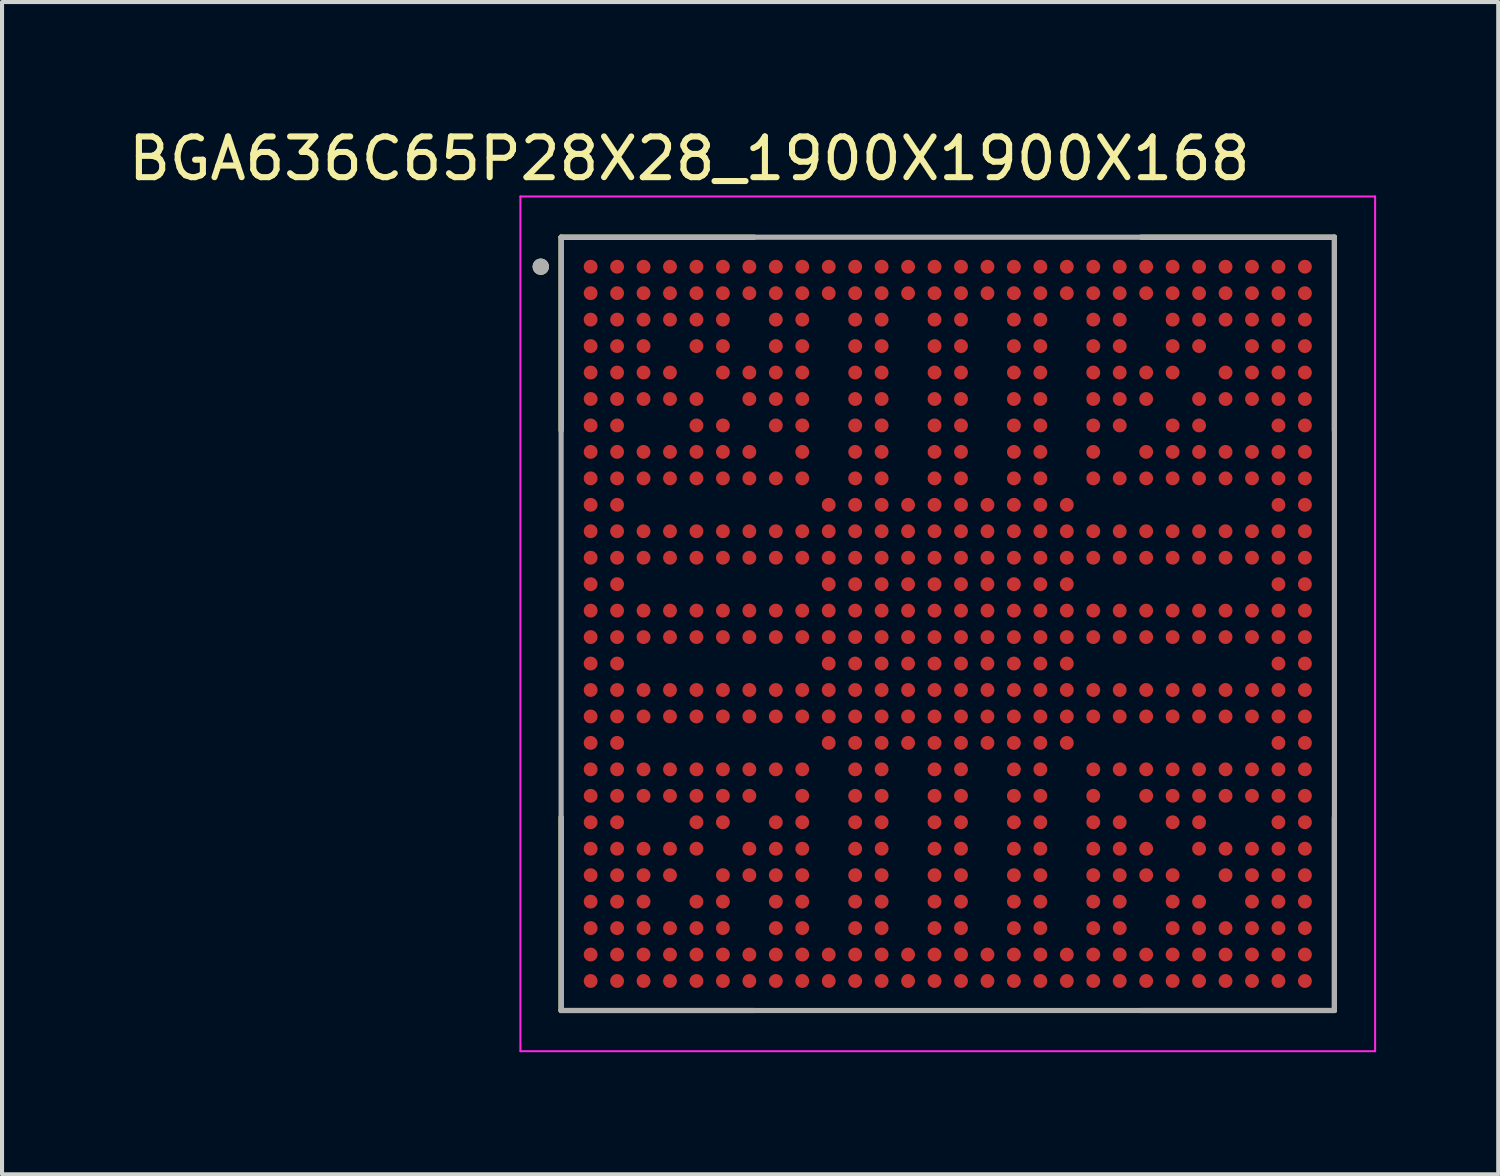
<source format=kicad_pcb>
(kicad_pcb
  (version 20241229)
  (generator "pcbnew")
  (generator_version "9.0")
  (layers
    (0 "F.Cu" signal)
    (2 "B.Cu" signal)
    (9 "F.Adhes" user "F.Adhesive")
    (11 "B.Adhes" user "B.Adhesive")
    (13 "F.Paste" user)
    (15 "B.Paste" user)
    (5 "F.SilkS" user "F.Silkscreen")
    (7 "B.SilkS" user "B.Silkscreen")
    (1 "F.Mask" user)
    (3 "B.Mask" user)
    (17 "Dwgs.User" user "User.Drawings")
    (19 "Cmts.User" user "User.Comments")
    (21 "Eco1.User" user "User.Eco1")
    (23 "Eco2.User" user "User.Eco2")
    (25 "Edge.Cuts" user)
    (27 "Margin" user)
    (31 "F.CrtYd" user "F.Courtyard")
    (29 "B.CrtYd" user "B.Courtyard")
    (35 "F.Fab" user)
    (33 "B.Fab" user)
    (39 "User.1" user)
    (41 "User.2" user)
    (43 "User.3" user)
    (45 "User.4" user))
  (footprint "BGA636C65P28X28_1900X1900X168"
    (layer "F.Cu")
    (at 20.237 12.278)
    (property "Reference" "BGA636C65P28X28_1900X1900X168" (at -6.35 -11.43 0) (layer "F.SilkS") (effects (font (size 1 1) (thickness 0.15))))
    (attr smd)
    (fp_line (start -9.5 -9.5) (end -9.5 -4.75) (stroke (width 0.127) (type solid)) (layer "F.SilkS"))
    (fp_line (start -9.5 -9.5) (end -4.75 -9.5) (stroke (width 0.127) (type solid)) (layer "F.SilkS"))
    (fp_line (start -9.5 4.75) (end -9.5 9.5) (stroke (width 0.127) (type solid)) (layer "F.SilkS"))
    (fp_line (start -9.5 9.5) (end -4.75 9.5) (stroke (width 0.127) (type solid)) (layer "F.SilkS"))
    (fp_line (start 4.75 -9.5) (end 9.5 -9.5) (stroke (width 0.127) (type solid)) (layer "F.SilkS"))
    (fp_line (start 4.75 9.5) (end 9.5 9.5) (stroke (width 0.127) (type solid)) (layer "F.SilkS"))
    (fp_line (start 9.5 -9.5) (end 9.5 -4.75) (stroke (width 0.127) (type solid)) (layer "F.SilkS"))
    (fp_line (start 9.5 9.5) (end 9.5 4.75) (stroke (width 0.127) (type solid)) (layer "F.SilkS"))
    (fp_circle (center -10 -8.775) (end -9.9 -8.775) (stroke (width 0.2) (type solid)) (fill no) (layer "F.SilkS"))
    (fp_line (start -10.5 -10.5) (end 10.5 -10.5) (stroke (width 0.05) (type solid)) (layer "F.CrtYd"))
    (fp_line (start -10.5 10.5) (end -10.5 -10.5) (stroke (width 0.05) (type solid)) (layer "F.CrtYd"))
    (fp_line (start 10.5 -10.5) (end 10.5 10.5) (stroke (width 0.05) (type solid)) (layer "F.CrtYd"))
    (fp_line (start 10.5 10.5) (end -10.5 10.5) (stroke (width 0.05) (type solid)) (layer "F.CrtYd"))
    (fp_line (start -9.5 -9.5) (end 9.5 -9.5) (stroke (width 0.127) (type solid)) (layer "F.Fab"))
    (fp_line (start -9.5 9.5) (end -9.5 -9.5) (stroke (width 0.127) (type solid)) (layer "F.Fab"))
    (fp_line (start 9.5 -9.5) (end 9.5 9.5) (stroke (width 0.127) (type solid)) (layer "F.Fab"))
    (fp_line (start 9.5 9.5) (end -9.5 9.5) (stroke (width 0.127) (type solid)) (layer "F.Fab"))
    (fp_circle (center -10 -8.775) (end -9.9 -8.775) (stroke (width 0.2) (type solid)) (fill no) (layer "F.Fab"))
    (pad "A1" smd circle (at -8.775 -8.775) (size 0.34 0.34) (layers "F.Cu" "F.Mask" "F.Paste"))
    (pad "A2" smd circle (at -8.125 -8.775) (size 0.34 0.34) (layers "F.Cu" "F.Mask" "F.Paste"))
    (pad "A3" smd circle (at -7.475 -8.775) (size 0.34 0.34) (layers "F.Cu" "F.Mask" "F.Paste"))
    (pad "A4" smd circle (at -6.825 -8.775) (size 0.34 0.34) (layers "F.Cu" "F.Mask" "F.Paste"))
    (pad "A5" smd circle (at -6.175 -8.775) (size 0.34 0.34) (layers "F.Cu" "F.Mask" "F.Paste"))
    (pad "A6" smd circle (at -5.525 -8.775) (size 0.34 0.34) (layers "F.Cu" "F.Mask" "F.Paste"))
    (pad "A7" smd circle (at -4.875 -8.775) (size 0.34 0.34) (layers "F.Cu" "F.Mask" "F.Paste"))
    (pad "A8" smd circle (at -4.225 -8.775) (size 0.34 0.34) (layers "F.Cu" "F.Mask" "F.Paste"))
    (pad "A9" smd circle (at -3.575 -8.775) (size 0.34 0.34) (layers "F.Cu" "F.Mask" "F.Paste"))
    (pad "A10" smd circle (at -2.925 -8.775) (size 0.34 0.34) (layers "F.Cu" "F.Mask" "F.Paste"))
    (pad "A11" smd circle (at -2.275 -8.775) (size 0.34 0.34) (layers "F.Cu" "F.Mask" "F.Paste"))
    (pad "A12" smd circle (at -1.625 -8.775) (size 0.34 0.34) (layers "F.Cu" "F.Mask" "F.Paste"))
    (pad "A13" smd circle (at -0.975 -8.775) (size 0.34 0.34) (layers "F.Cu" "F.Mask" "F.Paste"))
    (pad "A14" smd circle (at -0.325 -8.775) (size 0.34 0.34) (layers "F.Cu" "F.Mask" "F.Paste"))
    (pad "A15" smd circle (at 0.325 -8.775) (size 0.34 0.34) (layers "F.Cu" "F.Mask" "F.Paste"))
    (pad "A16" smd circle (at 0.975 -8.775) (size 0.34 0.34) (layers "F.Cu" "F.Mask" "F.Paste"))
    (pad "A17" smd circle (at 1.625 -8.775) (size 0.34 0.34) (layers "F.Cu" "F.Mask" "F.Paste"))
    (pad "A18" smd circle (at 2.275 -8.775) (size 0.34 0.34) (layers "F.Cu" "F.Mask" "F.Paste"))
    (pad "A19" smd circle (at 2.925 -8.775) (size 0.34 0.34) (layers "F.Cu" "F.Mask" "F.Paste"))
    (pad "A20" smd circle (at 3.575 -8.775) (size 0.34 0.34) (layers "F.Cu" "F.Mask" "F.Paste"))
    (pad "A21" smd circle (at 4.225 -8.775) (size 0.34 0.34) (layers "F.Cu" "F.Mask" "F.Paste"))
    (pad "A22" smd circle (at 4.875 -8.775) (size 0.34 0.34) (layers "F.Cu" "F.Mask" "F.Paste"))
    (pad "A23" smd circle (at 5.525 -8.775) (size 0.34 0.34) (layers "F.Cu" "F.Mask" "F.Paste"))
    (pad "A24" smd circle (at 6.175 -8.775) (size 0.34 0.34) (layers "F.Cu" "F.Mask" "F.Paste"))
    (pad "A25" smd circle (at 6.825 -8.775) (size 0.34 0.34) (layers "F.Cu" "F.Mask" "F.Paste"))
    (pad "A26" smd circle (at 7.475 -8.775) (size 0.34 0.34) (layers "F.Cu" "F.Mask" "F.Paste"))
    (pad "A27" smd circle (at 8.125 -8.775) (size 0.34 0.34) (layers "F.Cu" "F.Mask" "F.Paste"))
    (pad "A28" smd circle (at 8.775 -8.775) (size 0.34 0.34) (layers "F.Cu" "F.Mask" "F.Paste"))
    (pad "AA1" smd circle (at -8.775 4.225) (size 0.34 0.34) (layers "F.Cu" "F.Mask" "F.Paste"))
    (pad "AA2" smd circle (at -8.125 4.225) (size 0.34 0.34) (layers "F.Cu" "F.Mask" "F.Paste"))
    (pad "AA3" smd circle (at -7.475 4.225) (size 0.34 0.34) (layers "F.Cu" "F.Mask" "F.Paste"))
    (pad "AA4" smd circle (at -6.825 4.225) (size 0.34 0.34) (layers "F.Cu" "F.Mask" "F.Paste"))
    (pad "AA5" smd circle (at -6.175 4.225) (size 0.34 0.34) (layers "F.Cu" "F.Mask" "F.Paste"))
    (pad "AA6" smd circle (at -5.525 4.225) (size 0.34 0.34) (layers "F.Cu" "F.Mask" "F.Paste"))
    (pad "AA7" smd circle (at -4.875 4.225) (size 0.34 0.34) (layers "F.Cu" "F.Mask" "F.Paste"))
    (pad "AA9" smd circle (at -3.575 4.225) (size 0.34 0.34) (layers "F.Cu" "F.Mask" "F.Paste"))
    (pad "AA11" smd circle (at -2.275 4.225) (size 0.34 0.34) (layers "F.Cu" "F.Mask" "F.Paste"))
    (pad "AA12" smd circle (at -1.625 4.225) (size 0.34 0.34) (layers "F.Cu" "F.Mask" "F.Paste"))
    (pad "AA14" smd circle (at -0.325 4.225) (size 0.34 0.34) (layers "F.Cu" "F.Mask" "F.Paste"))
    (pad "AA15" smd circle (at 0.325 4.225) (size 0.34 0.34) (layers "F.Cu" "F.Mask" "F.Paste"))
    (pad "AA17" smd circle (at 1.625 4.225) (size 0.34 0.34) (layers "F.Cu" "F.Mask" "F.Paste"))
    (pad "AA18" smd circle (at 2.275 4.225) (size 0.34 0.34) (layers "F.Cu" "F.Mask" "F.Paste"))
    (pad "AA20" smd circle (at 3.575 4.225) (size 0.34 0.34) (layers "F.Cu" "F.Mask" "F.Paste"))
    (pad "AA22" smd circle (at 4.875 4.225) (size 0.34 0.34) (layers "F.Cu" "F.Mask" "F.Paste"))
    (pad "AA23" smd circle (at 5.525 4.225) (size 0.34 0.34) (layers "F.Cu" "F.Mask" "F.Paste"))
    (pad "AA24" smd circle (at 6.175 4.225) (size 0.34 0.34) (layers "F.Cu" "F.Mask" "F.Paste"))
    (pad "AA25" smd circle (at 6.825 4.225) (size 0.34 0.34) (layers "F.Cu" "F.Mask" "F.Paste"))
    (pad "AA26" smd circle (at 7.475 4.225) (size 0.34 0.34) (layers "F.Cu" "F.Mask" "F.Paste"))
    (pad "AA27" smd circle (at 8.125 4.225) (size 0.34 0.34) (layers "F.Cu" "F.Mask" "F.Paste"))
    (pad "AA28" smd circle (at 8.775 4.225) (size 0.34 0.34) (layers "F.Cu" "F.Mask" "F.Paste"))
    (pad "AB1" smd circle (at -8.775 4.875) (size 0.34 0.34) (layers "F.Cu" "F.Mask" "F.Paste"))
    (pad "AB2" smd circle (at -8.125 4.875) (size 0.34 0.34) (layers "F.Cu" "F.Mask" "F.Paste"))
    (pad "AB5" smd circle (at -6.175 4.875) (size 0.34 0.34) (layers "F.Cu" "F.Mask" "F.Paste"))
    (pad "AB6" smd circle (at -5.525 4.875) (size 0.34 0.34) (layers "F.Cu" "F.Mask" "F.Paste"))
    (pad "AB8" smd circle (at -4.225 4.875) (size 0.34 0.34) (layers "F.Cu" "F.Mask" "F.Paste"))
    (pad "AB9" smd circle (at -3.575 4.875) (size 0.34 0.34) (layers "F.Cu" "F.Mask" "F.Paste"))
    (pad "AB11" smd circle (at -2.275 4.875) (size 0.34 0.34) (layers "F.Cu" "F.Mask" "F.Paste"))
    (pad "AB12" smd circle (at -1.625 4.875) (size 0.34 0.34) (layers "F.Cu" "F.Mask" "F.Paste"))
    (pad "AB14" smd circle (at -0.325 4.875) (size 0.34 0.34) (layers "F.Cu" "F.Mask" "F.Paste"))
    (pad "AB15" smd circle (at 0.325 4.875) (size 0.34 0.34) (layers "F.Cu" "F.Mask" "F.Paste"))
    (pad "AB17" smd circle (at 1.625 4.875) (size 0.34 0.34) (layers "F.Cu" "F.Mask" "F.Paste"))
    (pad "AB18" smd circle (at 2.275 4.875) (size 0.34 0.34) (layers "F.Cu" "F.Mask" "F.Paste"))
    (pad "AB20" smd circle (at 3.575 4.875) (size 0.34 0.34) (layers "F.Cu" "F.Mask" "F.Paste"))
    (pad "AB21" smd circle (at 4.225 4.875) (size 0.34 0.34) (layers "F.Cu" "F.Mask" "F.Paste"))
    (pad "AB23" smd circle (at 5.525 4.875) (size 0.34 0.34) (layers "F.Cu" "F.Mask" "F.Paste"))
    (pad "AB24" smd circle (at 6.175 4.875) (size 0.34 0.34) (layers "F.Cu" "F.Mask" "F.Paste"))
    (pad "AB27" smd circle (at 8.125 4.875) (size 0.34 0.34) (layers "F.Cu" "F.Mask" "F.Paste"))
    (pad "AB28" smd circle (at 8.775 4.875) (size 0.34 0.34) (layers "F.Cu" "F.Mask" "F.Paste"))
    (pad "AC1" smd circle (at -8.775 5.525) (size 0.34 0.34) (layers "F.Cu" "F.Mask" "F.Paste"))
    (pad "AC2" smd circle (at -8.125 5.525) (size 0.34 0.34) (layers "F.Cu" "F.Mask" "F.Paste"))
    (pad "AC3" smd circle (at -7.475 5.525) (size 0.34 0.34) (layers "F.Cu" "F.Mask" "F.Paste"))
    (pad "AC4" smd circle (at -6.825 5.525) (size 0.34 0.34) (layers "F.Cu" "F.Mask" "F.Paste"))
    (pad "AC5" smd circle (at -6.175 5.525) (size 0.34 0.34) (layers "F.Cu" "F.Mask" "F.Paste"))
    (pad "AC7" smd circle (at -4.875 5.525) (size 0.34 0.34) (layers "F.Cu" "F.Mask" "F.Paste"))
    (pad "AC8" smd circle (at -4.225 5.525) (size 0.34 0.34) (layers "F.Cu" "F.Mask" "F.Paste"))
    (pad "AC9" smd circle (at -3.575 5.525) (size 0.34 0.34) (layers "F.Cu" "F.Mask" "F.Paste"))
    (pad "AC11" smd circle (at -2.275 5.525) (size 0.34 0.34) (layers "F.Cu" "F.Mask" "F.Paste"))
    (pad "AC12" smd circle (at -1.625 5.525) (size 0.34 0.34) (layers "F.Cu" "F.Mask" "F.Paste"))
    (pad "AC14" smd circle (at -0.325 5.525) (size 0.34 0.34) (layers "F.Cu" "F.Mask" "F.Paste"))
    (pad "AC15" smd circle (at 0.325 5.525) (size 0.34 0.34) (layers "F.Cu" "F.Mask" "F.Paste"))
    (pad "AC17" smd circle (at 1.625 5.525) (size 0.34 0.34) (layers "F.Cu" "F.Mask" "F.Paste"))
    (pad "AC18" smd circle (at 2.275 5.525) (size 0.34 0.34) (layers "F.Cu" "F.Mask" "F.Paste"))
    (pad "AC20" smd circle (at 3.575 5.525) (size 0.34 0.34) (layers "F.Cu" "F.Mask" "F.Paste"))
    (pad "AC21" smd circle (at 4.225 5.525) (size 0.34 0.34) (layers "F.Cu" "F.Mask" "F.Paste"))
    (pad "AC22" smd circle (at 4.875 5.525) (size 0.34 0.34) (layers "F.Cu" "F.Mask" "F.Paste"))
    (pad "AC24" smd circle (at 6.175 5.525) (size 0.34 0.34) (layers "F.Cu" "F.Mask" "F.Paste"))
    (pad "AC25" smd circle (at 6.825 5.525) (size 0.34 0.34) (layers "F.Cu" "F.Mask" "F.Paste"))
    (pad "AC26" smd circle (at 7.475 5.525) (size 0.34 0.34) (layers "F.Cu" "F.Mask" "F.Paste"))
    (pad "AC27" smd circle (at 8.125 5.525) (size 0.34 0.34) (layers "F.Cu" "F.Mask" "F.Paste"))
    (pad "AC28" smd circle (at 8.775 5.525) (size 0.34 0.34) (layers "F.Cu" "F.Mask" "F.Paste"))
    (pad "AD1" smd circle (at -8.775 6.175) (size 0.34 0.34) (layers "F.Cu" "F.Mask" "F.Paste"))
    (pad "AD2" smd circle (at -8.125 6.175) (size 0.34 0.34) (layers "F.Cu" "F.Mask" "F.Paste"))
    (pad "AD3" smd circle (at -7.475 6.175) (size 0.34 0.34) (layers "F.Cu" "F.Mask" "F.Paste"))
    (pad "AD4" smd circle (at -6.825 6.175) (size 0.34 0.34) (layers "F.Cu" "F.Mask" "F.Paste"))
    (pad "AD6" smd circle (at -5.525 6.175) (size 0.34 0.34) (layers "F.Cu" "F.Mask" "F.Paste"))
    (pad "AD7" smd circle (at -4.875 6.175) (size 0.34 0.34) (layers "F.Cu" "F.Mask" "F.Paste"))
    (pad "AD8" smd circle (at -4.225 6.175) (size 0.34 0.34) (layers "F.Cu" "F.Mask" "F.Paste"))
    (pad "AD9" smd circle (at -3.575 6.175) (size 0.34 0.34) (layers "F.Cu" "F.Mask" "F.Paste"))
    (pad "AD11" smd circle (at -2.275 6.175) (size 0.34 0.34) (layers "F.Cu" "F.Mask" "F.Paste"))
    (pad "AD12" smd circle (at -1.625 6.175) (size 0.34 0.34) (layers "F.Cu" "F.Mask" "F.Paste"))
    (pad "AD14" smd circle (at -0.325 6.175) (size 0.34 0.34) (layers "F.Cu" "F.Mask" "F.Paste"))
    (pad "AD15" smd circle (at 0.325 6.175) (size 0.34 0.34) (layers "F.Cu" "F.Mask" "F.Paste"))
    (pad "AD17" smd circle (at 1.625 6.175) (size 0.34 0.34) (layers "F.Cu" "F.Mask" "F.Paste"))
    (pad "AD18" smd circle (at 2.275 6.175) (size 0.34 0.34) (layers "F.Cu" "F.Mask" "F.Paste"))
    (pad "AD20" smd circle (at 3.575 6.175) (size 0.34 0.34) (layers "F.Cu" "F.Mask" "F.Paste"))
    (pad "AD21" smd circle (at 4.225 6.175) (size 0.34 0.34) (layers "F.Cu" "F.Mask" "F.Paste"))
    (pad "AD22" smd circle (at 4.875 6.175) (size 0.34 0.34) (layers "F.Cu" "F.Mask" "F.Paste"))
    (pad "AD23" smd circle (at 5.525 6.175) (size 0.34 0.34) (layers "F.Cu" "F.Mask" "F.Paste"))
    (pad "AD25" smd circle (at 6.825 6.175) (size 0.34 0.34) (layers "F.Cu" "F.Mask" "F.Paste"))
    (pad "AD26" smd circle (at 7.475 6.175) (size 0.34 0.34) (layers "F.Cu" "F.Mask" "F.Paste"))
    (pad "AD27" smd circle (at 8.125 6.175) (size 0.34 0.34) (layers "F.Cu" "F.Mask" "F.Paste"))
    (pad "AD28" smd circle (at 8.775 6.175) (size 0.34 0.34) (layers "F.Cu" "F.Mask" "F.Paste"))
    (pad "AE1" smd circle (at -8.775 6.825) (size 0.34 0.34) (layers "F.Cu" "F.Mask" "F.Paste"))
    (pad "AE2" smd circle (at -8.125 6.825) (size 0.34 0.34) (layers "F.Cu" "F.Mask" "F.Paste"))
    (pad "AE3" smd circle (at -7.475 6.825) (size 0.34 0.34) (layers "F.Cu" "F.Mask" "F.Paste"))
    (pad "AE5" smd circle (at -6.175 6.825) (size 0.34 0.34) (layers "F.Cu" "F.Mask" "F.Paste"))
    (pad "AE6" smd circle (at -5.525 6.825) (size 0.34 0.34) (layers "F.Cu" "F.Mask" "F.Paste"))
    (pad "AE8" smd circle (at -4.225 6.825) (size 0.34 0.34) (layers "F.Cu" "F.Mask" "F.Paste"))
    (pad "AE9" smd circle (at -3.575 6.825) (size 0.34 0.34) (layers "F.Cu" "F.Mask" "F.Paste"))
    (pad "AE11" smd circle (at -2.275 6.825) (size 0.34 0.34) (layers "F.Cu" "F.Mask" "F.Paste"))
    (pad "AE12" smd circle (at -1.625 6.825) (size 0.34 0.34) (layers "F.Cu" "F.Mask" "F.Paste"))
    (pad "AE14" smd circle (at -0.325 6.825) (size 0.34 0.34) (layers "F.Cu" "F.Mask" "F.Paste"))
    (pad "AE15" smd circle (at 0.325 6.825) (size 0.34 0.34) (layers "F.Cu" "F.Mask" "F.Paste"))
    (pad "AE17" smd circle (at 1.625 6.825) (size 0.34 0.34) (layers "F.Cu" "F.Mask" "F.Paste"))
    (pad "AE18" smd circle (at 2.275 6.825) (size 0.34 0.34) (layers "F.Cu" "F.Mask" "F.Paste"))
    (pad "AE20" smd circle (at 3.575 6.825) (size 0.34 0.34) (layers "F.Cu" "F.Mask" "F.Paste"))
    (pad "AE21" smd circle (at 4.225 6.825) (size 0.34 0.34) (layers "F.Cu" "F.Mask" "F.Paste"))
    (pad "AE23" smd circle (at 5.525 6.825) (size 0.34 0.34) (layers "F.Cu" "F.Mask" "F.Paste"))
    (pad "AE24" smd circle (at 6.175 6.825) (size 0.34 0.34) (layers "F.Cu" "F.Mask" "F.Paste"))
    (pad "AE26" smd circle (at 7.475 6.825) (size 0.34 0.34) (layers "F.Cu" "F.Mask" "F.Paste"))
    (pad "AE27" smd circle (at 8.125 6.825) (size 0.34 0.34) (layers "F.Cu" "F.Mask" "F.Paste"))
    (pad "AE28" smd circle (at 8.775 6.825) (size 0.34 0.34) (layers "F.Cu" "F.Mask" "F.Paste"))
    (pad "AF1" smd circle (at -8.775 7.475) (size 0.34 0.34) (layers "F.Cu" "F.Mask" "F.Paste"))
    (pad "AF2" smd circle (at -8.125 7.475) (size 0.34 0.34) (layers "F.Cu" "F.Mask" "F.Paste"))
    (pad "AF3" smd circle (at -7.475 7.475) (size 0.34 0.34) (layers "F.Cu" "F.Mask" "F.Paste"))
    (pad "AF4" smd circle (at -6.825 7.475) (size 0.34 0.34) (layers "F.Cu" "F.Mask" "F.Paste"))
    (pad "AF5" smd circle (at -6.175 7.475) (size 0.34 0.34) (layers "F.Cu" "F.Mask" "F.Paste"))
    (pad "AF6" smd circle (at -5.525 7.475) (size 0.34 0.34) (layers "F.Cu" "F.Mask" "F.Paste"))
    (pad "AF8" smd circle (at -4.225 7.475) (size 0.34 0.34) (layers "F.Cu" "F.Mask" "F.Paste"))
    (pad "AF9" smd circle (at -3.575 7.475) (size 0.34 0.34) (layers "F.Cu" "F.Mask" "F.Paste"))
    (pad "AF11" smd circle (at -2.275 7.475) (size 0.34 0.34) (layers "F.Cu" "F.Mask" "F.Paste"))
    (pad "AF12" smd circle (at -1.625 7.475) (size 0.34 0.34) (layers "F.Cu" "F.Mask" "F.Paste"))
    (pad "AF14" smd circle (at -0.325 7.475) (size 0.34 0.34) (layers "F.Cu" "F.Mask" "F.Paste"))
    (pad "AF15" smd circle (at 0.325 7.475) (size 0.34 0.34) (layers "F.Cu" "F.Mask" "F.Paste"))
    (pad "AF17" smd circle (at 1.625 7.475) (size 0.34 0.34) (layers "F.Cu" "F.Mask" "F.Paste"))
    (pad "AF18" smd circle (at 2.275 7.475) (size 0.34 0.34) (layers "F.Cu" "F.Mask" "F.Paste"))
    (pad "AF20" smd circle (at 3.575 7.475) (size 0.34 0.34) (layers "F.Cu" "F.Mask" "F.Paste"))
    (pad "AF21" smd circle (at 4.225 7.475) (size 0.34 0.34) (layers "F.Cu" "F.Mask" "F.Paste"))
    (pad "AF23" smd circle (at 5.525 7.475) (size 0.34 0.34) (layers "F.Cu" "F.Mask" "F.Paste"))
    (pad "AF24" smd circle (at 6.175 7.475) (size 0.34 0.34) (layers "F.Cu" "F.Mask" "F.Paste"))
    (pad "AF25" smd circle (at 6.825 7.475) (size 0.34 0.34) (layers "F.Cu" "F.Mask" "F.Paste"))
    (pad "AF26" smd circle (at 7.475 7.475) (size 0.34 0.34) (layers "F.Cu" "F.Mask" "F.Paste"))
    (pad "AF27" smd circle (at 8.125 7.475) (size 0.34 0.34) (layers "F.Cu" "F.Mask" "F.Paste"))
    (pad "AF28" smd circle (at 8.775 7.475) (size 0.34 0.34) (layers "F.Cu" "F.Mask" "F.Paste"))
    (pad "AG1" smd circle (at -8.775 8.125) (size 0.34 0.34) (layers "F.Cu" "F.Mask" "F.Paste"))
    (pad "AG2" smd circle (at -8.125 8.125) (size 0.34 0.34) (layers "F.Cu" "F.Mask" "F.Paste"))
    (pad "AG3" smd circle (at -7.475 8.125) (size 0.34 0.34) (layers "F.Cu" "F.Mask" "F.Paste"))
    (pad "AG4" smd circle (at -6.825 8.125) (size 0.34 0.34) (layers "F.Cu" "F.Mask" "F.Paste"))
    (pad "AG5" smd circle (at -6.175 8.125) (size 0.34 0.34) (layers "F.Cu" "F.Mask" "F.Paste"))
    (pad "AG6" smd circle (at -5.525 8.125) (size 0.34 0.34) (layers "F.Cu" "F.Mask" "F.Paste"))
    (pad "AG7" smd circle (at -4.875 8.125) (size 0.34 0.34) (layers "F.Cu" "F.Mask" "F.Paste"))
    (pad "AG8" smd circle (at -4.225 8.125) (size 0.34 0.34) (layers "F.Cu" "F.Mask" "F.Paste"))
    (pad "AG9" smd circle (at -3.575 8.125) (size 0.34 0.34) (layers "F.Cu" "F.Mask" "F.Paste"))
    (pad "AG10" smd circle (at -2.925 8.125) (size 0.34 0.34) (layers "F.Cu" "F.Mask" "F.Paste"))
    (pad "AG11" smd circle (at -2.275 8.125) (size 0.34 0.34) (layers "F.Cu" "F.Mask" "F.Paste"))
    (pad "AG12" smd circle (at -1.625 8.125) (size 0.34 0.34) (layers "F.Cu" "F.Mask" "F.Paste"))
    (pad "AG13" smd circle (at -0.975 8.125) (size 0.34 0.34) (layers "F.Cu" "F.Mask" "F.Paste"))
    (pad "AG14" smd circle (at -0.325 8.125) (size 0.34 0.34) (layers "F.Cu" "F.Mask" "F.Paste"))
    (pad "AG15" smd circle (at 0.325 8.125) (size 0.34 0.34) (layers "F.Cu" "F.Mask" "F.Paste"))
    (pad "AG16" smd circle (at 0.975 8.125) (size 0.34 0.34) (layers "F.Cu" "F.Mask" "F.Paste"))
    (pad "AG17" smd circle (at 1.625 8.125) (size 0.34 0.34) (layers "F.Cu" "F.Mask" "F.Paste"))
    (pad "AG18" smd circle (at 2.275 8.125) (size 0.34 0.34) (layers "F.Cu" "F.Mask" "F.Paste"))
    (pad "AG19" smd circle (at 2.925 8.125) (size 0.34 0.34) (layers "F.Cu" "F.Mask" "F.Paste"))
    (pad "AG20" smd circle (at 3.575 8.125) (size 0.34 0.34) (layers "F.Cu" "F.Mask" "F.Paste"))
    (pad "AG21" smd circle (at 4.225 8.125) (size 0.34 0.34) (layers "F.Cu" "F.Mask" "F.Paste"))
    (pad "AG22" smd circle (at 4.875 8.125) (size 0.34 0.34) (layers "F.Cu" "F.Mask" "F.Paste"))
    (pad "AG23" smd circle (at 5.525 8.125) (size 0.34 0.34) (layers "F.Cu" "F.Mask" "F.Paste"))
    (pad "AG24" smd circle (at 6.175 8.125) (size 0.34 0.34) (layers "F.Cu" "F.Mask" "F.Paste"))
    (pad "AG25" smd circle (at 6.825 8.125) (size 0.34 0.34) (layers "F.Cu" "F.Mask" "F.Paste"))
    (pad "AG26" smd circle (at 7.475 8.125) (size 0.34 0.34) (layers "F.Cu" "F.Mask" "F.Paste"))
    (pad "AG27" smd circle (at 8.125 8.125) (size 0.34 0.34) (layers "F.Cu" "F.Mask" "F.Paste"))
    (pad "AG28" smd circle (at 8.775 8.125) (size 0.34 0.34) (layers "F.Cu" "F.Mask" "F.Paste"))
    (pad "AH1" smd circle (at -8.775 8.775) (size 0.34 0.34) (layers "F.Cu" "F.Mask" "F.Paste"))
    (pad "AH2" smd circle (at -8.125 8.775) (size 0.34 0.34) (layers "F.Cu" "F.Mask" "F.Paste"))
    (pad "AH3" smd circle (at -7.475 8.775) (size 0.34 0.34) (layers "F.Cu" "F.Mask" "F.Paste"))
    (pad "AH4" smd circle (at -6.825 8.775) (size 0.34 0.34) (layers "F.Cu" "F.Mask" "F.Paste"))
    (pad "AH5" smd circle (at -6.175 8.775) (size 0.34 0.34) (layers "F.Cu" "F.Mask" "F.Paste"))
    (pad "AH6" smd circle (at -5.525 8.775) (size 0.34 0.34) (layers "F.Cu" "F.Mask" "F.Paste"))
    (pad "AH7" smd circle (at -4.875 8.775) (size 0.34 0.34) (layers "F.Cu" "F.Mask" "F.Paste"))
    (pad "AH8" smd circle (at -4.225 8.775) (size 0.34 0.34) (layers "F.Cu" "F.Mask" "F.Paste"))
    (pad "AH9" smd circle (at -3.575 8.775) (size 0.34 0.34) (layers "F.Cu" "F.Mask" "F.Paste"))
    (pad "AH10" smd circle (at -2.925 8.775) (size 0.34 0.34) (layers "F.Cu" "F.Mask" "F.Paste"))
    (pad "AH11" smd circle (at -2.275 8.775) (size 0.34 0.34) (layers "F.Cu" "F.Mask" "F.Paste"))
    (pad "AH12" smd circle (at -1.625 8.775) (size 0.34 0.34) (layers "F.Cu" "F.Mask" "F.Paste"))
    (pad "AH13" smd circle (at -0.975 8.775) (size 0.34 0.34) (layers "F.Cu" "F.Mask" "F.Paste"))
    (pad "AH14" smd circle (at -0.325 8.775) (size 0.34 0.34) (layers "F.Cu" "F.Mask" "F.Paste"))
    (pad "AH15" smd circle (at 0.325 8.775) (size 0.34 0.34) (layers "F.Cu" "F.Mask" "F.Paste"))
    (pad "AH16" smd circle (at 0.975 8.775) (size 0.34 0.34) (layers "F.Cu" "F.Mask" "F.Paste"))
    (pad "AH17" smd circle (at 1.625 8.775) (size 0.34 0.34) (layers "F.Cu" "F.Mask" "F.Paste"))
    (pad "AH18" smd circle (at 2.275 8.775) (size 0.34 0.34) (layers "F.Cu" "F.Mask" "F.Paste"))
    (pad "AH19" smd circle (at 2.925 8.775) (size 0.34 0.34) (layers "F.Cu" "F.Mask" "F.Paste"))
    (pad "AH20" smd circle (at 3.575 8.775) (size 0.34 0.34) (layers "F.Cu" "F.Mask" "F.Paste"))
    (pad "AH21" smd circle (at 4.225 8.775) (size 0.34 0.34) (layers "F.Cu" "F.Mask" "F.Paste"))
    (pad "AH22" smd circle (at 4.875 8.775) (size 0.34 0.34) (layers "F.Cu" "F.Mask" "F.Paste"))
    (pad "AH23" smd circle (at 5.525 8.775) (size 0.34 0.34) (layers "F.Cu" "F.Mask" "F.Paste"))
    (pad "AH24" smd circle (at 6.175 8.775) (size 0.34 0.34) (layers "F.Cu" "F.Mask" "F.Paste"))
    (pad "AH25" smd circle (at 6.825 8.775) (size 0.34 0.34) (layers "F.Cu" "F.Mask" "F.Paste"))
    (pad "AH26" smd circle (at 7.475 8.775) (size 0.34 0.34) (layers "F.Cu" "F.Mask" "F.Paste"))
    (pad "AH27" smd circle (at 8.125 8.775) (size 0.34 0.34) (layers "F.Cu" "F.Mask" "F.Paste"))
    (pad "AH28" smd circle (at 8.775 8.775) (size 0.34 0.34) (layers "F.Cu" "F.Mask" "F.Paste"))
    (pad "B1" smd circle (at -8.775 -8.125) (size 0.34 0.34) (layers "F.Cu" "F.Mask" "F.Paste"))
    (pad "B2" smd circle (at -8.125 -8.125) (size 0.34 0.34) (layers "F.Cu" "F.Mask" "F.Paste"))
    (pad "B3" smd circle (at -7.475 -8.125) (size 0.34 0.34) (layers "F.Cu" "F.Mask" "F.Paste"))
    (pad "B4" smd circle (at -6.825 -8.125) (size 0.34 0.34) (layers "F.Cu" "F.Mask" "F.Paste"))
    (pad "B5" smd circle (at -6.175 -8.125) (size 0.34 0.34) (layers "F.Cu" "F.Mask" "F.Paste"))
    (pad "B6" smd circle (at -5.525 -8.125) (size 0.34 0.34) (layers "F.Cu" "F.Mask" "F.Paste"))
    (pad "B7" smd circle (at -4.875 -8.125) (size 0.34 0.34) (layers "F.Cu" "F.Mask" "F.Paste"))
    (pad "B8" smd circle (at -4.225 -8.125) (size 0.34 0.34) (layers "F.Cu" "F.Mask" "F.Paste"))
    (pad "B9" smd circle (at -3.575 -8.125) (size 0.34 0.34) (layers "F.Cu" "F.Mask" "F.Paste"))
    (pad "B10" smd circle (at -2.925 -8.125) (size 0.34 0.34) (layers "F.Cu" "F.Mask" "F.Paste"))
    (pad "B11" smd circle (at -2.275 -8.125) (size 0.34 0.34) (layers "F.Cu" "F.Mask" "F.Paste"))
    (pad "B12" smd circle (at -1.625 -8.125) (size 0.34 0.34) (layers "F.Cu" "F.Mask" "F.Paste"))
    (pad "B13" smd circle (at -0.975 -8.125) (size 0.34 0.34) (layers "F.Cu" "F.Mask" "F.Paste"))
    (pad "B14" smd circle (at -0.325 -8.125) (size 0.34 0.34) (layers "F.Cu" "F.Mask" "F.Paste"))
    (pad "B15" smd circle (at 0.325 -8.125) (size 0.34 0.34) (layers "F.Cu" "F.Mask" "F.Paste"))
    (pad "B16" smd circle (at 0.975 -8.125) (size 0.34 0.34) (layers "F.Cu" "F.Mask" "F.Paste"))
    (pad "B17" smd circle (at 1.625 -8.125) (size 0.34 0.34) (layers "F.Cu" "F.Mask" "F.Paste"))
    (pad "B18" smd circle (at 2.275 -8.125) (size 0.34 0.34) (layers "F.Cu" "F.Mask" "F.Paste"))
    (pad "B19" smd circle (at 2.925 -8.125) (size 0.34 0.34) (layers "F.Cu" "F.Mask" "F.Paste"))
    (pad "B20" smd circle (at 3.575 -8.125) (size 0.34 0.34) (layers "F.Cu" "F.Mask" "F.Paste"))
    (pad "B21" smd circle (at 4.225 -8.125) (size 0.34 0.34) (layers "F.Cu" "F.Mask" "F.Paste"))
    (pad "B22" smd circle (at 4.875 -8.125) (size 0.34 0.34) (layers "F.Cu" "F.Mask" "F.Paste"))
    (pad "B23" smd circle (at 5.525 -8.125) (size 0.34 0.34) (layers "F.Cu" "F.Mask" "F.Paste"))
    (pad "B24" smd circle (at 6.175 -8.125) (size 0.34 0.34) (layers "F.Cu" "F.Mask" "F.Paste"))
    (pad "B25" smd circle (at 6.825 -8.125) (size 0.34 0.34) (layers "F.Cu" "F.Mask" "F.Paste"))
    (pad "B26" smd circle (at 7.475 -8.125) (size 0.34 0.34) (layers "F.Cu" "F.Mask" "F.Paste"))
    (pad "B27" smd circle (at 8.125 -8.125) (size 0.34 0.34) (layers "F.Cu" "F.Mask" "F.Paste"))
    (pad "B28" smd circle (at 8.775 -8.125) (size 0.34 0.34) (layers "F.Cu" "F.Mask" "F.Paste"))
    (pad "C1" smd circle (at -8.775 -7.475) (size 0.34 0.34) (layers "F.Cu" "F.Mask" "F.Paste"))
    (pad "C2" smd circle (at -8.125 -7.475) (size 0.34 0.34) (layers "F.Cu" "F.Mask" "F.Paste"))
    (pad "C3" smd circle (at -7.475 -7.475) (size 0.34 0.34) (layers "F.Cu" "F.Mask" "F.Paste"))
    (pad "C4" smd circle (at -6.825 -7.475) (size 0.34 0.34) (layers "F.Cu" "F.Mask" "F.Paste"))
    (pad "C5" smd circle (at -6.175 -7.475) (size 0.34 0.34) (layers "F.Cu" "F.Mask" "F.Paste"))
    (pad "C6" smd circle (at -5.525 -7.475) (size 0.34 0.34) (layers "F.Cu" "F.Mask" "F.Paste"))
    (pad "C8" smd circle (at -4.225 -7.475) (size 0.34 0.34) (layers "F.Cu" "F.Mask" "F.Paste"))
    (pad "C9" smd circle (at -3.575 -7.475) (size 0.34 0.34) (layers "F.Cu" "F.Mask" "F.Paste"))
    (pad "C11" smd circle (at -2.275 -7.475) (size 0.34 0.34) (layers "F.Cu" "F.Mask" "F.Paste"))
    (pad "C12" smd circle (at -1.625 -7.475) (size 0.34 0.34) (layers "F.Cu" "F.Mask" "F.Paste"))
    (pad "C14" smd circle (at -0.325 -7.475) (size 0.34 0.34) (layers "F.Cu" "F.Mask" "F.Paste"))
    (pad "C15" smd circle (at 0.325 -7.475) (size 0.34 0.34) (layers "F.Cu" "F.Mask" "F.Paste"))
    (pad "C17" smd circle (at 1.625 -7.475) (size 0.34 0.34) (layers "F.Cu" "F.Mask" "F.Paste"))
    (pad "C18" smd circle (at 2.275 -7.475) (size 0.34 0.34) (layers "F.Cu" "F.Mask" "F.Paste"))
    (pad "C20" smd circle (at 3.575 -7.475) (size 0.34 0.34) (layers "F.Cu" "F.Mask" "F.Paste"))
    (pad "C21" smd circle (at 4.225 -7.475) (size 0.34 0.34) (layers "F.Cu" "F.Mask" "F.Paste"))
    (pad "C23" smd circle (at 5.525 -7.475) (size 0.34 0.34) (layers "F.Cu" "F.Mask" "F.Paste"))
    (pad "C24" smd circle (at 6.175 -7.475) (size 0.34 0.34) (layers "F.Cu" "F.Mask" "F.Paste"))
    (pad "C25" smd circle (at 6.825 -7.475) (size 0.34 0.34) (layers "F.Cu" "F.Mask" "F.Paste"))
    (pad "C26" smd circle (at 7.475 -7.475) (size 0.34 0.34) (layers "F.Cu" "F.Mask" "F.Paste"))
    (pad "C27" smd circle (at 8.125 -7.475) (size 0.34 0.34) (layers "F.Cu" "F.Mask" "F.Paste"))
    (pad "C28" smd circle (at 8.775 -7.475) (size 0.34 0.34) (layers "F.Cu" "F.Mask" "F.Paste"))
    (pad "D1" smd circle (at -8.775 -6.825) (size 0.34 0.34) (layers "F.Cu" "F.Mask" "F.Paste"))
    (pad "D2" smd circle (at -8.125 -6.825) (size 0.34 0.34) (layers "F.Cu" "F.Mask" "F.Paste"))
    (pad "D3" smd circle (at -7.475 -6.825) (size 0.34 0.34) (layers "F.Cu" "F.Mask" "F.Paste"))
    (pad "D5" smd circle (at -6.175 -6.825) (size 0.34 0.34) (layers "F.Cu" "F.Mask" "F.Paste"))
    (pad "D6" smd circle (at -5.525 -6.825) (size 0.34 0.34) (layers "F.Cu" "F.Mask" "F.Paste"))
    (pad "D8" smd circle (at -4.225 -6.825) (size 0.34 0.34) (layers "F.Cu" "F.Mask" "F.Paste"))
    (pad "D9" smd circle (at -3.575 -6.825) (size 0.34 0.34) (layers "F.Cu" "F.Mask" "F.Paste"))
    (pad "D11" smd circle (at -2.275 -6.825) (size 0.34 0.34) (layers "F.Cu" "F.Mask" "F.Paste"))
    (pad "D12" smd circle (at -1.625 -6.825) (size 0.34 0.34) (layers "F.Cu" "F.Mask" "F.Paste"))
    (pad "D14" smd circle (at -0.325 -6.825) (size 0.34 0.34) (layers "F.Cu" "F.Mask" "F.Paste"))
    (pad "D15" smd circle (at 0.325 -6.825) (size 0.34 0.34) (layers "F.Cu" "F.Mask" "F.Paste"))
    (pad "D17" smd circle (at 1.625 -6.825) (size 0.34 0.34) (layers "F.Cu" "F.Mask" "F.Paste"))
    (pad "D18" smd circle (at 2.275 -6.825) (size 0.34 0.34) (layers "F.Cu" "F.Mask" "F.Paste"))
    (pad "D20" smd circle (at 3.575 -6.825) (size 0.34 0.34) (layers "F.Cu" "F.Mask" "F.Paste"))
    (pad "D21" smd circle (at 4.225 -6.825) (size 0.34 0.34) (layers "F.Cu" "F.Mask" "F.Paste"))
    (pad "D23" smd circle (at 5.525 -6.825) (size 0.34 0.34) (layers "F.Cu" "F.Mask" "F.Paste"))
    (pad "D24" smd circle (at 6.175 -6.825) (size 0.34 0.34) (layers "F.Cu" "F.Mask" "F.Paste"))
    (pad "D26" smd circle (at 7.475 -6.825) (size 0.34 0.34) (layers "F.Cu" "F.Mask" "F.Paste"))
    (pad "D27" smd circle (at 8.125 -6.825) (size 0.34 0.34) (layers "F.Cu" "F.Mask" "F.Paste"))
    (pad "D28" smd circle (at 8.775 -6.825) (size 0.34 0.34) (layers "F.Cu" "F.Mask" "F.Paste"))
    (pad "E1" smd circle (at -8.775 -6.175) (size 0.34 0.34) (layers "F.Cu" "F.Mask" "F.Paste"))
    (pad "E2" smd circle (at -8.125 -6.175) (size 0.34 0.34) (layers "F.Cu" "F.Mask" "F.Paste"))
    (pad "E3" smd circle (at -7.475 -6.175) (size 0.34 0.34) (layers "F.Cu" "F.Mask" "F.Paste"))
    (pad "E4" smd circle (at -6.825 -6.175) (size 0.34 0.34) (layers "F.Cu" "F.Mask" "F.Paste"))
    (pad "E6" smd circle (at -5.525 -6.175) (size 0.34 0.34) (layers "F.Cu" "F.Mask" "F.Paste"))
    (pad "E7" smd circle (at -4.875 -6.175) (size 0.34 0.34) (layers "F.Cu" "F.Mask" "F.Paste"))
    (pad "E8" smd circle (at -4.225 -6.175) (size 0.34 0.34) (layers "F.Cu" "F.Mask" "F.Paste"))
    (pad "E9" smd circle (at -3.575 -6.175) (size 0.34 0.34) (layers "F.Cu" "F.Mask" "F.Paste"))
    (pad "E11" smd circle (at -2.275 -6.175) (size 0.34 0.34) (layers "F.Cu" "F.Mask" "F.Paste"))
    (pad "E12" smd circle (at -1.625 -6.175) (size 0.34 0.34) (layers "F.Cu" "F.Mask" "F.Paste"))
    (pad "E14" smd circle (at -0.325 -6.175) (size 0.34 0.34) (layers "F.Cu" "F.Mask" "F.Paste"))
    (pad "E15" smd circle (at 0.325 -6.175) (size 0.34 0.34) (layers "F.Cu" "F.Mask" "F.Paste"))
    (pad "E17" smd circle (at 1.625 -6.175) (size 0.34 0.34) (layers "F.Cu" "F.Mask" "F.Paste"))
    (pad "E18" smd circle (at 2.275 -6.175) (size 0.34 0.34) (layers "F.Cu" "F.Mask" "F.Paste"))
    (pad "E20" smd circle (at 3.575 -6.175) (size 0.34 0.34) (layers "F.Cu" "F.Mask" "F.Paste"))
    (pad "E21" smd circle (at 4.225 -6.175) (size 0.34 0.34) (layers "F.Cu" "F.Mask" "F.Paste"))
    (pad "E22" smd circle (at 4.875 -6.175) (size 0.34 0.34) (layers "F.Cu" "F.Mask" "F.Paste"))
    (pad "E23" smd circle (at 5.525 -6.175) (size 0.34 0.34) (layers "F.Cu" "F.Mask" "F.Paste"))
    (pad "E25" smd circle (at 6.825 -6.175) (size 0.34 0.34) (layers "F.Cu" "F.Mask" "F.Paste"))
    (pad "E26" smd circle (at 7.475 -6.175) (size 0.34 0.34) (layers "F.Cu" "F.Mask" "F.Paste"))
    (pad "E27" smd circle (at 8.125 -6.175) (size 0.34 0.34) (layers "F.Cu" "F.Mask" "F.Paste"))
    (pad "E28" smd circle (at 8.775 -6.175) (size 0.34 0.34) (layers "F.Cu" "F.Mask" "F.Paste"))
    (pad "F1" smd circle (at -8.775 -5.525) (size 0.34 0.34) (layers "F.Cu" "F.Mask" "F.Paste"))
    (pad "F2" smd circle (at -8.125 -5.525) (size 0.34 0.34) (layers "F.Cu" "F.Mask" "F.Paste"))
    (pad "F3" smd circle (at -7.475 -5.525) (size 0.34 0.34) (layers "F.Cu" "F.Mask" "F.Paste"))
    (pad "F4" smd circle (at -6.825 -5.525) (size 0.34 0.34) (layers "F.Cu" "F.Mask" "F.Paste"))
    (pad "F5" smd circle (at -6.175 -5.525) (size 0.34 0.34) (layers "F.Cu" "F.Mask" "F.Paste"))
    (pad "F7" smd circle (at -4.875 -5.525) (size 0.34 0.34) (layers "F.Cu" "F.Mask" "F.Paste"))
    (pad "F8" smd circle (at -4.225 -5.525) (size 0.34 0.34) (layers "F.Cu" "F.Mask" "F.Paste"))
    (pad "F9" smd circle (at -3.575 -5.525) (size 0.34 0.34) (layers "F.Cu" "F.Mask" "F.Paste"))
    (pad "F11" smd circle (at -2.275 -5.525) (size 0.34 0.34) (layers "F.Cu" "F.Mask" "F.Paste"))
    (pad "F12" smd circle (at -1.625 -5.525) (size 0.34 0.34) (layers "F.Cu" "F.Mask" "F.Paste"))
    (pad "F14" smd circle (at -0.325 -5.525) (size 0.34 0.34) (layers "F.Cu" "F.Mask" "F.Paste"))
    (pad "F15" smd circle (at 0.325 -5.525) (size 0.34 0.34) (layers "F.Cu" "F.Mask" "F.Paste"))
    (pad "F17" smd circle (at 1.625 -5.525) (size 0.34 0.34) (layers "F.Cu" "F.Mask" "F.Paste"))
    (pad "F18" smd circle (at 2.275 -5.525) (size 0.34 0.34) (layers "F.Cu" "F.Mask" "F.Paste"))
    (pad "F20" smd circle (at 3.575 -5.525) (size 0.34 0.34) (layers "F.Cu" "F.Mask" "F.Paste"))
    (pad "F21" smd circle (at 4.225 -5.525) (size 0.34 0.34) (layers "F.Cu" "F.Mask" "F.Paste"))
    (pad "F22" smd circle (at 4.875 -5.525) (size 0.34 0.34) (layers "F.Cu" "F.Mask" "F.Paste"))
    (pad "F24" smd circle (at 6.175 -5.525) (size 0.34 0.34) (layers "F.Cu" "F.Mask" "F.Paste"))
    (pad "F25" smd circle (at 6.825 -5.525) (size 0.34 0.34) (layers "F.Cu" "F.Mask" "F.Paste"))
    (pad "F26" smd circle (at 7.475 -5.525) (size 0.34 0.34) (layers "F.Cu" "F.Mask" "F.Paste"))
    (pad "F27" smd circle (at 8.125 -5.525) (size 0.34 0.34) (layers "F.Cu" "F.Mask" "F.Paste"))
    (pad "F28" smd circle (at 8.775 -5.525) (size 0.34 0.34) (layers "F.Cu" "F.Mask" "F.Paste"))
    (pad "G1" smd circle (at -8.775 -4.875) (size 0.34 0.34) (layers "F.Cu" "F.Mask" "F.Paste"))
    (pad "G2" smd circle (at -8.125 -4.875) (size 0.34 0.34) (layers "F.Cu" "F.Mask" "F.Paste"))
    (pad "G5" smd circle (at -6.175 -4.875) (size 0.34 0.34) (layers "F.Cu" "F.Mask" "F.Paste"))
    (pad "G6" smd circle (at -5.525 -4.875) (size 0.34 0.34) (layers "F.Cu" "F.Mask" "F.Paste"))
    (pad "G8" smd circle (at -4.225 -4.875) (size 0.34 0.34) (layers "F.Cu" "F.Mask" "F.Paste"))
    (pad "G9" smd circle (at -3.575 -4.875) (size 0.34 0.34) (layers "F.Cu" "F.Mask" "F.Paste"))
    (pad "G11" smd circle (at -2.275 -4.875) (size 0.34 0.34) (layers "F.Cu" "F.Mask" "F.Paste"))
    (pad "G12" smd circle (at -1.625 -4.875) (size 0.34 0.34) (layers "F.Cu" "F.Mask" "F.Paste"))
    (pad "G14" smd circle (at -0.325 -4.875) (size 0.34 0.34) (layers "F.Cu" "F.Mask" "F.Paste"))
    (pad "G15" smd circle (at 0.325 -4.875) (size 0.34 0.34) (layers "F.Cu" "F.Mask" "F.Paste"))
    (pad "G17" smd circle (at 1.625 -4.875) (size 0.34 0.34) (layers "F.Cu" "F.Mask" "F.Paste"))
    (pad "G18" smd circle (at 2.275 -4.875) (size 0.34 0.34) (layers "F.Cu" "F.Mask" "F.Paste"))
    (pad "G20" smd circle (at 3.575 -4.875) (size 0.34 0.34) (layers "F.Cu" "F.Mask" "F.Paste"))
    (pad "G21" smd circle (at 4.225 -4.875) (size 0.34 0.34) (layers "F.Cu" "F.Mask" "F.Paste"))
    (pad "G23" smd circle (at 5.525 -4.875) (size 0.34 0.34) (layers "F.Cu" "F.Mask" "F.Paste"))
    (pad "G24" smd circle (at 6.175 -4.875) (size 0.34 0.34) (layers "F.Cu" "F.Mask" "F.Paste"))
    (pad "G27" smd circle (at 8.125 -4.875) (size 0.34 0.34) (layers "F.Cu" "F.Mask" "F.Paste"))
    (pad "G28" smd circle (at 8.775 -4.875) (size 0.34 0.34) (layers "F.Cu" "F.Mask" "F.Paste"))
    (pad "H1" smd circle (at -8.775 -4.225) (size 0.34 0.34) (layers "F.Cu" "F.Mask" "F.Paste"))
    (pad "H2" smd circle (at -8.125 -4.225) (size 0.34 0.34) (layers "F.Cu" "F.Mask" "F.Paste"))
    (pad "H3" smd circle (at -7.475 -4.225) (size 0.34 0.34) (layers "F.Cu" "F.Mask" "F.Paste"))
    (pad "H4" smd circle (at -6.825 -4.225) (size 0.34 0.34) (layers "F.Cu" "F.Mask" "F.Paste"))
    (pad "H5" smd circle (at -6.175 -4.225) (size 0.34 0.34) (layers "F.Cu" "F.Mask" "F.Paste"))
    (pad "H6" smd circle (at -5.525 -4.225) (size 0.34 0.34) (layers "F.Cu" "F.Mask" "F.Paste"))
    (pad "H7" smd circle (at -4.875 -4.225) (size 0.34 0.34) (layers "F.Cu" "F.Mask" "F.Paste"))
    (pad "H9" smd circle (at -3.575 -4.225) (size 0.34 0.34) (layers "F.Cu" "F.Mask" "F.Paste"))
    (pad "H11" smd circle (at -2.275 -4.225) (size 0.34 0.34) (layers "F.Cu" "F.Mask" "F.Paste"))
    (pad "H12" smd circle (at -1.625 -4.225) (size 0.34 0.34) (layers "F.Cu" "F.Mask" "F.Paste"))
    (pad "H14" smd circle (at -0.325 -4.225) (size 0.34 0.34) (layers "F.Cu" "F.Mask" "F.Paste"))
    (pad "H15" smd circle (at 0.325 -4.225) (size 0.34 0.34) (layers "F.Cu" "F.Mask" "F.Paste"))
    (pad "H17" smd circle (at 1.625 -4.225) (size 0.34 0.34) (layers "F.Cu" "F.Mask" "F.Paste"))
    (pad "H18" smd circle (at 2.275 -4.225) (size 0.34 0.34) (layers "F.Cu" "F.Mask" "F.Paste"))
    (pad "H20" smd circle (at 3.575 -4.225) (size 0.34 0.34) (layers "F.Cu" "F.Mask" "F.Paste"))
    (pad "H22" smd circle (at 4.875 -4.225) (size 0.34 0.34) (layers "F.Cu" "F.Mask" "F.Paste"))
    (pad "H23" smd circle (at 5.525 -4.225) (size 0.34 0.34) (layers "F.Cu" "F.Mask" "F.Paste"))
    (pad "H24" smd circle (at 6.175 -4.225) (size 0.34 0.34) (layers "F.Cu" "F.Mask" "F.Paste"))
    (pad "H25" smd circle (at 6.825 -4.225) (size 0.34 0.34) (layers "F.Cu" "F.Mask" "F.Paste"))
    (pad "H26" smd circle (at 7.475 -4.225) (size 0.34 0.34) (layers "F.Cu" "F.Mask" "F.Paste"))
    (pad "H27" smd circle (at 8.125 -4.225) (size 0.34 0.34) (layers "F.Cu" "F.Mask" "F.Paste"))
    (pad "H28" smd circle (at 8.775 -4.225) (size 0.34 0.34) (layers "F.Cu" "F.Mask" "F.Paste"))
    (pad "J1" smd circle (at -8.775 -3.575) (size 0.34 0.34) (layers "F.Cu" "F.Mask" "F.Paste"))
    (pad "J2" smd circle (at -8.125 -3.575) (size 0.34 0.34) (layers "F.Cu" "F.Mask" "F.Paste"))
    (pad "J3" smd circle (at -7.475 -3.575) (size 0.34 0.34) (layers "F.Cu" "F.Mask" "F.Paste"))
    (pad "J4" smd circle (at -6.825 -3.575) (size 0.34 0.34) (layers "F.Cu" "F.Mask" "F.Paste"))
    (pad "J5" smd circle (at -6.175 -3.575) (size 0.34 0.34) (layers "F.Cu" "F.Mask" "F.Paste"))
    (pad "J6" smd circle (at -5.525 -3.575) (size 0.34 0.34) (layers "F.Cu" "F.Mask" "F.Paste"))
    (pad "J7" smd circle (at -4.875 -3.575) (size 0.34 0.34) (layers "F.Cu" "F.Mask" "F.Paste"))
    (pad "J8" smd circle (at -4.225 -3.575) (size 0.34 0.34) (layers "F.Cu" "F.Mask" "F.Paste"))
    (pad "J9" smd circle (at -3.575 -3.575) (size 0.34 0.34) (layers "F.Cu" "F.Mask" "F.Paste"))
    (pad "J11" smd circle (at -2.275 -3.575) (size 0.34 0.34) (layers "F.Cu" "F.Mask" "F.Paste"))
    (pad "J12" smd circle (at -1.625 -3.575) (size 0.34 0.34) (layers "F.Cu" "F.Mask" "F.Paste"))
    (pad "J14" smd circle (at -0.325 -3.575) (size 0.34 0.34) (layers "F.Cu" "F.Mask" "F.Paste"))
    (pad "J15" smd circle (at 0.325 -3.575) (size 0.34 0.34) (layers "F.Cu" "F.Mask" "F.Paste"))
    (pad "J17" smd circle (at 1.625 -3.575) (size 0.34 0.34) (layers "F.Cu" "F.Mask" "F.Paste"))
    (pad "J18" smd circle (at 2.275 -3.575) (size 0.34 0.34) (layers "F.Cu" "F.Mask" "F.Paste"))
    (pad "J20" smd circle (at 3.575 -3.575) (size 0.34 0.34) (layers "F.Cu" "F.Mask" "F.Paste"))
    (pad "J21" smd circle (at 4.225 -3.575) (size 0.34 0.34) (layers "F.Cu" "F.Mask" "F.Paste"))
    (pad "J22" smd circle (at 4.875 -3.575) (size 0.34 0.34) (layers "F.Cu" "F.Mask" "F.Paste"))
    (pad "J23" smd circle (at 5.525 -3.575) (size 0.34 0.34) (layers "F.Cu" "F.Mask" "F.Paste"))
    (pad "J24" smd circle (at 6.175 -3.575) (size 0.34 0.34) (layers "F.Cu" "F.Mask" "F.Paste"))
    (pad "J25" smd circle (at 6.825 -3.575) (size 0.34 0.34) (layers "F.Cu" "F.Mask" "F.Paste"))
    (pad "J26" smd circle (at 7.475 -3.575) (size 0.34 0.34) (layers "F.Cu" "F.Mask" "F.Paste"))
    (pad "J27" smd circle (at 8.125 -3.575) (size 0.34 0.34) (layers "F.Cu" "F.Mask" "F.Paste"))
    (pad "J28" smd circle (at 8.775 -3.575) (size 0.34 0.34) (layers "F.Cu" "F.Mask" "F.Paste"))
    (pad "K1" smd circle (at -8.775 -2.925) (size 0.34 0.34) (layers "F.Cu" "F.Mask" "F.Paste"))
    (pad "K2" smd circle (at -8.125 -2.925) (size 0.34 0.34) (layers "F.Cu" "F.Mask" "F.Paste"))
    (pad "K10" smd circle (at -2.925 -2.925) (size 0.34 0.34) (layers "F.Cu" "F.Mask" "F.Paste"))
    (pad "K11" smd circle (at -2.275 -2.925) (size 0.34 0.34) (layers "F.Cu" "F.Mask" "F.Paste"))
    (pad "K12" smd circle (at -1.625 -2.925) (size 0.34 0.34) (layers "F.Cu" "F.Mask" "F.Paste"))
    (pad "K13" smd circle (at -0.975 -2.925) (size 0.34 0.34) (layers "F.Cu" "F.Mask" "F.Paste"))
    (pad "K14" smd circle (at -0.325 -2.925) (size 0.34 0.34) (layers "F.Cu" "F.Mask" "F.Paste"))
    (pad "K15" smd circle (at 0.325 -2.925) (size 0.34 0.34) (layers "F.Cu" "F.Mask" "F.Paste"))
    (pad "K16" smd circle (at 0.975 -2.925) (size 0.34 0.34) (layers "F.Cu" "F.Mask" "F.Paste"))
    (pad "K17" smd circle (at 1.625 -2.925) (size 0.34 0.34) (layers "F.Cu" "F.Mask" "F.Paste"))
    (pad "K18" smd circle (at 2.275 -2.925) (size 0.34 0.34) (layers "F.Cu" "F.Mask" "F.Paste"))
    (pad "K19" smd circle (at 2.925 -2.925) (size 0.34 0.34) (layers "F.Cu" "F.Mask" "F.Paste"))
    (pad "K27" smd circle (at 8.125 -2.925) (size 0.34 0.34) (layers "F.Cu" "F.Mask" "F.Paste"))
    (pad "K28" smd circle (at 8.775 -2.925) (size 0.34 0.34) (layers "F.Cu" "F.Mask" "F.Paste"))
    (pad "L1" smd circle (at -8.775 -2.275) (size 0.34 0.34) (layers "F.Cu" "F.Mask" "F.Paste"))
    (pad "L2" smd circle (at -8.125 -2.275) (size 0.34 0.34) (layers "F.Cu" "F.Mask" "F.Paste"))
    (pad "L3" smd circle (at -7.475 -2.275) (size 0.34 0.34) (layers "F.Cu" "F.Mask" "F.Paste"))
    (pad "L4" smd circle (at -6.825 -2.275) (size 0.34 0.34) (layers "F.Cu" "F.Mask" "F.Paste"))
    (pad "L5" smd circle (at -6.175 -2.275) (size 0.34 0.34) (layers "F.Cu" "F.Mask" "F.Paste"))
    (pad "L6" smd circle (at -5.525 -2.275) (size 0.34 0.34) (layers "F.Cu" "F.Mask" "F.Paste"))
    (pad "L7" smd circle (at -4.875 -2.275) (size 0.34 0.34) (layers "F.Cu" "F.Mask" "F.Paste"))
    (pad "L8" smd circle (at -4.225 -2.275) (size 0.34 0.34) (layers "F.Cu" "F.Mask" "F.Paste"))
    (pad "L9" smd circle (at -3.575 -2.275) (size 0.34 0.34) (layers "F.Cu" "F.Mask" "F.Paste"))
    (pad "L10" smd circle (at -2.925 -2.275) (size 0.34 0.34) (layers "F.Cu" "F.Mask" "F.Paste"))
    (pad "L11" smd circle (at -2.275 -2.275) (size 0.34 0.34) (layers "F.Cu" "F.Mask" "F.Paste"))
    (pad "L12" smd circle (at -1.625 -2.275) (size 0.34 0.34) (layers "F.Cu" "F.Mask" "F.Paste"))
    (pad "L13" smd circle (at -0.975 -2.275) (size 0.34 0.34) (layers "F.Cu" "F.Mask" "F.Paste"))
    (pad "L14" smd circle (at -0.325 -2.275) (size 0.34 0.34) (layers "F.Cu" "F.Mask" "F.Paste"))
    (pad "L15" smd circle (at 0.325 -2.275) (size 0.34 0.34) (layers "F.Cu" "F.Mask" "F.Paste"))
    (pad "L16" smd circle (at 0.975 -2.275) (size 0.34 0.34) (layers "F.Cu" "F.Mask" "F.Paste"))
    (pad "L17" smd circle (at 1.625 -2.275) (size 0.34 0.34) (layers "F.Cu" "F.Mask" "F.Paste"))
    (pad "L18" smd circle (at 2.275 -2.275) (size 0.34 0.34) (layers "F.Cu" "F.Mask" "F.Paste"))
    (pad "L19" smd circle (at 2.925 -2.275) (size 0.34 0.34) (layers "F.Cu" "F.Mask" "F.Paste"))
    (pad "L20" smd circle (at 3.575 -2.275) (size 0.34 0.34) (layers "F.Cu" "F.Mask" "F.Paste"))
    (pad "L21" smd circle (at 4.225 -2.275) (size 0.34 0.34) (layers "F.Cu" "F.Mask" "F.Paste"))
    (pad "L22" smd circle (at 4.875 -2.275) (size 0.34 0.34) (layers "F.Cu" "F.Mask" "F.Paste"))
    (pad "L23" smd circle (at 5.525 -2.275) (size 0.34 0.34) (layers "F.Cu" "F.Mask" "F.Paste"))
    (pad "L24" smd circle (at 6.175 -2.275) (size 0.34 0.34) (layers "F.Cu" "F.Mask" "F.Paste"))
    (pad "L25" smd circle (at 6.825 -2.275) (size 0.34 0.34) (layers "F.Cu" "F.Mask" "F.Paste"))
    (pad "L26" smd circle (at 7.475 -2.275) (size 0.34 0.34) (layers "F.Cu" "F.Mask" "F.Paste"))
    (pad "L27" smd circle (at 8.125 -2.275) (size 0.34 0.34) (layers "F.Cu" "F.Mask" "F.Paste"))
    (pad "L28" smd circle (at 8.775 -2.275) (size 0.34 0.34) (layers "F.Cu" "F.Mask" "F.Paste"))
    (pad "M1" smd circle (at -8.775 -1.625) (size 0.34 0.34) (layers "F.Cu" "F.Mask" "F.Paste"))
    (pad "M2" smd circle (at -8.125 -1.625) (size 0.34 0.34) (layers "F.Cu" "F.Mask" "F.Paste"))
    (pad "M3" smd circle (at -7.475 -1.625) (size 0.34 0.34) (layers "F.Cu" "F.Mask" "F.Paste"))
    (pad "M4" smd circle (at -6.825 -1.625) (size 0.34 0.34) (layers "F.Cu" "F.Mask" "F.Paste"))
    (pad "M5" smd circle (at -6.175 -1.625) (size 0.34 0.34) (layers "F.Cu" "F.Mask" "F.Paste"))
    (pad "M6" smd circle (at -5.525 -1.625) (size 0.34 0.34) (layers "F.Cu" "F.Mask" "F.Paste"))
    (pad "M7" smd circle (at -4.875 -1.625) (size 0.34 0.34) (layers "F.Cu" "F.Mask" "F.Paste"))
    (pad "M8" smd circle (at -4.225 -1.625) (size 0.34 0.34) (layers "F.Cu" "F.Mask" "F.Paste"))
    (pad "M9" smd circle (at -3.575 -1.625) (size 0.34 0.34) (layers "F.Cu" "F.Mask" "F.Paste"))
    (pad "M10" smd circle (at -2.925 -1.625) (size 0.34 0.34) (layers "F.Cu" "F.Mask" "F.Paste"))
    (pad "M11" smd circle (at -2.275 -1.625) (size 0.34 0.34) (layers "F.Cu" "F.Mask" "F.Paste"))
    (pad "M12" smd circle (at -1.625 -1.625) (size 0.34 0.34) (layers "F.Cu" "F.Mask" "F.Paste"))
    (pad "M13" smd circle (at -0.975 -1.625) (size 0.34 0.34) (layers "F.Cu" "F.Mask" "F.Paste"))
    (pad "M14" smd circle (at -0.325 -1.625) (size 0.34 0.34) (layers "F.Cu" "F.Mask" "F.Paste"))
    (pad "M15" smd circle (at 0.325 -1.625) (size 0.34 0.34) (layers "F.Cu" "F.Mask" "F.Paste"))
    (pad "M16" smd circle (at 0.975 -1.625) (size 0.34 0.34) (layers "F.Cu" "F.Mask" "F.Paste"))
    (pad "M17" smd circle (at 1.625 -1.625) (size 0.34 0.34) (layers "F.Cu" "F.Mask" "F.Paste"))
    (pad "M18" smd circle (at 2.275 -1.625) (size 0.34 0.34) (layers "F.Cu" "F.Mask" "F.Paste"))
    (pad "M19" smd circle (at 2.925 -1.625) (size 0.34 0.34) (layers "F.Cu" "F.Mask" "F.Paste"))
    (pad "M20" smd circle (at 3.575 -1.625) (size 0.34 0.34) (layers "F.Cu" "F.Mask" "F.Paste"))
    (pad "M21" smd circle (at 4.225 -1.625) (size 0.34 0.34) (layers "F.Cu" "F.Mask" "F.Paste"))
    (pad "M22" smd circle (at 4.875 -1.625) (size 0.34 0.34) (layers "F.Cu" "F.Mask" "F.Paste"))
    (pad "M23" smd circle (at 5.525 -1.625) (size 0.34 0.34) (layers "F.Cu" "F.Mask" "F.Paste"))
    (pad "M24" smd circle (at 6.175 -1.625) (size 0.34 0.34) (layers "F.Cu" "F.Mask" "F.Paste"))
    (pad "M25" smd circle (at 6.825 -1.625) (size 0.34 0.34) (layers "F.Cu" "F.Mask" "F.Paste"))
    (pad "M26" smd circle (at 7.475 -1.625) (size 0.34 0.34) (layers "F.Cu" "F.Mask" "F.Paste"))
    (pad "M27" smd circle (at 8.125 -1.625) (size 0.34 0.34) (layers "F.Cu" "F.Mask" "F.Paste"))
    (pad "M28" smd circle (at 8.775 -1.625) (size 0.34 0.34) (layers "F.Cu" "F.Mask" "F.Paste"))
    (pad "N1" smd circle (at -8.775 -0.975) (size 0.34 0.34) (layers "F.Cu" "F.Mask" "F.Paste"))
    (pad "N2" smd circle (at -8.125 -0.975) (size 0.34 0.34) (layers "F.Cu" "F.Mask" "F.Paste"))
    (pad "N10" smd circle (at -2.925 -0.975) (size 0.34 0.34) (layers "F.Cu" "F.Mask" "F.Paste"))
    (pad "N11" smd circle (at -2.275 -0.975) (size 0.34 0.34) (layers "F.Cu" "F.Mask" "F.Paste"))
    (pad "N12" smd circle (at -1.625 -0.975) (size 0.34 0.34) (layers "F.Cu" "F.Mask" "F.Paste"))
    (pad "N13" smd circle (at -0.975 -0.975) (size 0.34 0.34) (layers "F.Cu" "F.Mask" "F.Paste"))
    (pad "N14" smd circle (at -0.325 -0.975) (size 0.34 0.34) (layers "F.Cu" "F.Mask" "F.Paste"))
    (pad "N15" smd circle (at 0.325 -0.975) (size 0.34 0.34) (layers "F.Cu" "F.Mask" "F.Paste"))
    (pad "N16" smd circle (at 0.975 -0.975) (size 0.34 0.34) (layers "F.Cu" "F.Mask" "F.Paste"))
    (pad "N17" smd circle (at 1.625 -0.975) (size 0.34 0.34) (layers "F.Cu" "F.Mask" "F.Paste"))
    (pad "N18" smd circle (at 2.275 -0.975) (size 0.34 0.34) (layers "F.Cu" "F.Mask" "F.Paste"))
    (pad "N19" smd circle (at 2.925 -0.975) (size 0.34 0.34) (layers "F.Cu" "F.Mask" "F.Paste"))
    (pad "N27" smd circle (at 8.125 -0.975) (size 0.34 0.34) (layers "F.Cu" "F.Mask" "F.Paste"))
    (pad "N28" smd circle (at 8.775 -0.975) (size 0.34 0.34) (layers "F.Cu" "F.Mask" "F.Paste"))
    (pad "P1" smd circle (at -8.775 -0.325) (size 0.34 0.34) (layers "F.Cu" "F.Mask" "F.Paste"))
    (pad "P2" smd circle (at -8.125 -0.325) (size 0.34 0.34) (layers "F.Cu" "F.Mask" "F.Paste"))
    (pad "P3" smd circle (at -7.475 -0.325) (size 0.34 0.34) (layers "F.Cu" "F.Mask" "F.Paste"))
    (pad "P4" smd circle (at -6.825 -0.325) (size 0.34 0.34) (layers "F.Cu" "F.Mask" "F.Paste"))
    (pad "P5" smd circle (at -6.175 -0.325) (size 0.34 0.34) (layers "F.Cu" "F.Mask" "F.Paste"))
    (pad "P6" smd circle (at -5.525 -0.325) (size 0.34 0.34) (layers "F.Cu" "F.Mask" "F.Paste"))
    (pad "P7" smd circle (at -4.875 -0.325) (size 0.34 0.34) (layers "F.Cu" "F.Mask" "F.Paste"))
    (pad "P8" smd circle (at -4.225 -0.325) (size 0.34 0.34) (layers "F.Cu" "F.Mask" "F.Paste"))
    (pad "P9" smd circle (at -3.575 -0.325) (size 0.34 0.34) (layers "F.Cu" "F.Mask" "F.Paste"))
    (pad "P10" smd circle (at -2.925 -0.325) (size 0.34 0.34) (layers "F.Cu" "F.Mask" "F.Paste"))
    (pad "P11" smd circle (at -2.275 -0.325) (size 0.34 0.34) (layers "F.Cu" "F.Mask" "F.Paste"))
    (pad "P12" smd circle (at -1.625 -0.325) (size 0.34 0.34) (layers "F.Cu" "F.Mask" "F.Paste"))
    (pad "P13" smd circle (at -0.975 -0.325) (size 0.34 0.34) (layers "F.Cu" "F.Mask" "F.Paste"))
    (pad "P14" smd circle (at -0.325 -0.325) (size 0.34 0.34) (layers "F.Cu" "F.Mask" "F.Paste"))
    (pad "P15" smd circle (at 0.325 -0.325) (size 0.34 0.34) (layers "F.Cu" "F.Mask" "F.Paste"))
    (pad "P16" smd circle (at 0.975 -0.325) (size 0.34 0.34) (layers "F.Cu" "F.Mask" "F.Paste"))
    (pad "P17" smd circle (at 1.625 -0.325) (size 0.34 0.34) (layers "F.Cu" "F.Mask" "F.Paste"))
    (pad "P18" smd circle (at 2.275 -0.325) (size 0.34 0.34) (layers "F.Cu" "F.Mask" "F.Paste"))
    (pad "P19" smd circle (at 2.925 -0.325) (size 0.34 0.34) (layers "F.Cu" "F.Mask" "F.Paste"))
    (pad "P20" smd circle (at 3.575 -0.325) (size 0.34 0.34) (layers "F.Cu" "F.Mask" "F.Paste"))
    (pad "P21" smd circle (at 4.225 -0.325) (size 0.34 0.34) (layers "F.Cu" "F.Mask" "F.Paste"))
    (pad "P22" smd circle (at 4.875 -0.325) (size 0.34 0.34) (layers "F.Cu" "F.Mask" "F.Paste"))
    (pad "P23" smd circle (at 5.525 -0.325) (size 0.34 0.34) (layers "F.Cu" "F.Mask" "F.Paste"))
    (pad "P24" smd circle (at 6.175 -0.325) (size 0.34 0.34) (layers "F.Cu" "F.Mask" "F.Paste"))
    (pad "P25" smd circle (at 6.825 -0.325) (size 0.34 0.34) (layers "F.Cu" "F.Mask" "F.Paste"))
    (pad "P26" smd circle (at 7.475 -0.325) (size 0.34 0.34) (layers "F.Cu" "F.Mask" "F.Paste"))
    (pad "P27" smd circle (at 8.125 -0.325) (size 0.34 0.34) (layers "F.Cu" "F.Mask" "F.Paste"))
    (pad "P28" smd circle (at 8.775 -0.325) (size 0.34 0.34) (layers "F.Cu" "F.Mask" "F.Paste"))
    (pad "R1" smd circle (at -8.775 0.325) (size 0.34 0.34) (layers "F.Cu" "F.Mask" "F.Paste"))
    (pad "R2" smd circle (at -8.125 0.325) (size 0.34 0.34) (layers "F.Cu" "F.Mask" "F.Paste"))
    (pad "R3" smd circle (at -7.475 0.325) (size 0.34 0.34) (layers "F.Cu" "F.Mask" "F.Paste"))
    (pad "R4" smd circle (at -6.825 0.325) (size 0.34 0.34) (layers "F.Cu" "F.Mask" "F.Paste"))
    (pad "R5" smd circle (at -6.175 0.325) (size 0.34 0.34) (layers "F.Cu" "F.Mask" "F.Paste"))
    (pad "R6" smd circle (at -5.525 0.325) (size 0.34 0.34) (layers "F.Cu" "F.Mask" "F.Paste"))
    (pad "R7" smd circle (at -4.875 0.325) (size 0.34 0.34) (layers "F.Cu" "F.Mask" "F.Paste"))
    (pad "R8" smd circle (at -4.225 0.325) (size 0.34 0.34) (layers "F.Cu" "F.Mask" "F.Paste"))
    (pad "R9" smd circle (at -3.575 0.325) (size 0.34 0.34) (layers "F.Cu" "F.Mask" "F.Paste"))
    (pad "R10" smd circle (at -2.925 0.325) (size 0.34 0.34) (layers "F.Cu" "F.Mask" "F.Paste"))
    (pad "R11" smd circle (at -2.275 0.325) (size 0.34 0.34) (layers "F.Cu" "F.Mask" "F.Paste"))
    (pad "R12" smd circle (at -1.625 0.325) (size 0.34 0.34) (layers "F.Cu" "F.Mask" "F.Paste"))
    (pad "R13" smd circle (at -0.975 0.325) (size 0.34 0.34) (layers "F.Cu" "F.Mask" "F.Paste"))
    (pad "R14" smd circle (at -0.325 0.325) (size 0.34 0.34) (layers "F.Cu" "F.Mask" "F.Paste"))
    (pad "R15" smd circle (at 0.325 0.325) (size 0.34 0.34) (layers "F.Cu" "F.Mask" "F.Paste"))
    (pad "R16" smd circle (at 0.975 0.325) (size 0.34 0.34) (layers "F.Cu" "F.Mask" "F.Paste"))
    (pad "R17" smd circle (at 1.625 0.325) (size 0.34 0.34) (layers "F.Cu" "F.Mask" "F.Paste"))
    (pad "R18" smd circle (at 2.275 0.325) (size 0.34 0.34) (layers "F.Cu" "F.Mask" "F.Paste"))
    (pad "R19" smd circle (at 2.925 0.325) (size 0.34 0.34) (layers "F.Cu" "F.Mask" "F.Paste"))
    (pad "R20" smd circle (at 3.575 0.325) (size 0.34 0.34) (layers "F.Cu" "F.Mask" "F.Paste"))
    (pad "R21" smd circle (at 4.225 0.325) (size 0.34 0.34) (layers "F.Cu" "F.Mask" "F.Paste"))
    (pad "R22" smd circle (at 4.875 0.325) (size 0.34 0.34) (layers "F.Cu" "F.Mask" "F.Paste"))
    (pad "R23" smd circle (at 5.525 0.325) (size 0.34 0.34) (layers "F.Cu" "F.Mask" "F.Paste"))
    (pad "R24" smd circle (at 6.175 0.325) (size 0.34 0.34) (layers "F.Cu" "F.Mask" "F.Paste"))
    (pad "R25" smd circle (at 6.825 0.325) (size 0.34 0.34) (layers "F.Cu" "F.Mask" "F.Paste"))
    (pad "R26" smd circle (at 7.475 0.325) (size 0.34 0.34) (layers "F.Cu" "F.Mask" "F.Paste"))
    (pad "R27" smd circle (at 8.125 0.325) (size 0.34 0.34) (layers "F.Cu" "F.Mask" "F.Paste"))
    (pad "R28" smd circle (at 8.775 0.325) (size 0.34 0.34) (layers "F.Cu" "F.Mask" "F.Paste"))
    (pad "T1" smd circle (at -8.775 0.975) (size 0.34 0.34) (layers "F.Cu" "F.Mask" "F.Paste"))
    (pad "T2" smd circle (at -8.125 0.975) (size 0.34 0.34) (layers "F.Cu" "F.Mask" "F.Paste"))
    (pad "T10" smd circle (at -2.925 0.975) (size 0.34 0.34) (layers "F.Cu" "F.Mask" "F.Paste"))
    (pad "T11" smd circle (at -2.275 0.975) (size 0.34 0.34) (layers "F.Cu" "F.Mask" "F.Paste"))
    (pad "T12" smd circle (at -1.625 0.975) (size 0.34 0.34) (layers "F.Cu" "F.Mask" "F.Paste"))
    (pad "T13" smd circle (at -0.975 0.975) (size 0.34 0.34) (layers "F.Cu" "F.Mask" "F.Paste"))
    (pad "T14" smd circle (at -0.325 0.975) (size 0.34 0.34) (layers "F.Cu" "F.Mask" "F.Paste"))
    (pad "T15" smd circle (at 0.325 0.975) (size 0.34 0.34) (layers "F.Cu" "F.Mask" "F.Paste"))
    (pad "T16" smd circle (at 0.975 0.975) (size 0.34 0.34) (layers "F.Cu" "F.Mask" "F.Paste"))
    (pad "T17" smd circle (at 1.625 0.975) (size 0.34 0.34) (layers "F.Cu" "F.Mask" "F.Paste"))
    (pad "T18" smd circle (at 2.275 0.975) (size 0.34 0.34) (layers "F.Cu" "F.Mask" "F.Paste"))
    (pad "T19" smd circle (at 2.925 0.975) (size 0.34 0.34) (layers "F.Cu" "F.Mask" "F.Paste"))
    (pad "T27" smd circle (at 8.125 0.975) (size 0.34 0.34) (layers "F.Cu" "F.Mask" "F.Paste"))
    (pad "T28" smd circle (at 8.775 0.975) (size 0.34 0.34) (layers "F.Cu" "F.Mask" "F.Paste"))
    (pad "U1" smd circle (at -8.775 1.625) (size 0.34 0.34) (layers "F.Cu" "F.Mask" "F.Paste"))
    (pad "U2" smd circle (at -8.125 1.625) (size 0.34 0.34) (layers "F.Cu" "F.Mask" "F.Paste"))
    (pad "U3" smd circle (at -7.475 1.625) (size 0.34 0.34) (layers "F.Cu" "F.Mask" "F.Paste"))
    (pad "U4" smd circle (at -6.825 1.625) (size 0.34 0.34) (layers "F.Cu" "F.Mask" "F.Paste"))
    (pad "U5" smd circle (at -6.175 1.625) (size 0.34 0.34) (layers "F.Cu" "F.Mask" "F.Paste"))
    (pad "U6" smd circle (at -5.525 1.625) (size 0.34 0.34) (layers "F.Cu" "F.Mask" "F.Paste"))
    (pad "U7" smd circle (at -4.875 1.625) (size 0.34 0.34) (layers "F.Cu" "F.Mask" "F.Paste"))
    (pad "U8" smd circle (at -4.225 1.625) (size 0.34 0.34) (layers "F.Cu" "F.Mask" "F.Paste"))
    (pad "U9" smd circle (at -3.575 1.625) (size 0.34 0.34) (layers "F.Cu" "F.Mask" "F.Paste"))
    (pad "U10" smd circle (at -2.925 1.625) (size 0.34 0.34) (layers "F.Cu" "F.Mask" "F.Paste"))
    (pad "U11" smd circle (at -2.275 1.625) (size 0.34 0.34) (layers "F.Cu" "F.Mask" "F.Paste"))
    (pad "U12" smd circle (at -1.625 1.625) (size 0.34 0.34) (layers "F.Cu" "F.Mask" "F.Paste"))
    (pad "U13" smd circle (at -0.975 1.625) (size 0.34 0.34) (layers "F.Cu" "F.Mask" "F.Paste"))
    (pad "U14" smd circle (at -0.325 1.625) (size 0.34 0.34) (layers "F.Cu" "F.Mask" "F.Paste"))
    (pad "U15" smd circle (at 0.325 1.625) (size 0.34 0.34) (layers "F.Cu" "F.Mask" "F.Paste"))
    (pad "U16" smd circle (at 0.975 1.625) (size 0.34 0.34) (layers "F.Cu" "F.Mask" "F.Paste"))
    (pad "U17" smd circle (at 1.625 1.625) (size 0.34 0.34) (layers "F.Cu" "F.Mask" "F.Paste"))
    (pad "U18" smd circle (at 2.275 1.625) (size 0.34 0.34) (layers "F.Cu" "F.Mask" "F.Paste"))
    (pad "U19" smd circle (at 2.925 1.625) (size 0.34 0.34) (layers "F.Cu" "F.Mask" "F.Paste"))
    (pad "U20" smd circle (at 3.575 1.625) (size 0.34 0.34) (layers "F.Cu" "F.Mask" "F.Paste"))
    (pad "U21" smd circle (at 4.225 1.625) (size 0.34 0.34) (layers "F.Cu" "F.Mask" "F.Paste"))
    (pad "U22" smd circle (at 4.875 1.625) (size 0.34 0.34) (layers "F.Cu" "F.Mask" "F.Paste"))
    (pad "U23" smd circle (at 5.525 1.625) (size 0.34 0.34) (layers "F.Cu" "F.Mask" "F.Paste"))
    (pad "U24" smd circle (at 6.175 1.625) (size 0.34 0.34) (layers "F.Cu" "F.Mask" "F.Paste"))
    (pad "U25" smd circle (at 6.825 1.625) (size 0.34 0.34) (layers "F.Cu" "F.Mask" "F.Paste"))
    (pad "U26" smd circle (at 7.475 1.625) (size 0.34 0.34) (layers "F.Cu" "F.Mask" "F.Paste"))
    (pad "U27" smd circle (at 8.125 1.625) (size 0.34 0.34) (layers "F.Cu" "F.Mask" "F.Paste"))
    (pad "U28" smd circle (at 8.775 1.625) (size 0.34 0.34) (layers "F.Cu" "F.Mask" "F.Paste"))
    (pad "V1" smd circle (at -8.775 2.275) (size 0.34 0.34) (layers "F.Cu" "F.Mask" "F.Paste"))
    (pad "V2" smd circle (at -8.125 2.275) (size 0.34 0.34) (layers "F.Cu" "F.Mask" "F.Paste"))
    (pad "V3" smd circle (at -7.475 2.275) (size 0.34 0.34) (layers "F.Cu" "F.Mask" "F.Paste"))
    (pad "V4" smd circle (at -6.825 2.275) (size 0.34 0.34) (layers "F.Cu" "F.Mask" "F.Paste"))
    (pad "V5" smd circle (at -6.175 2.275) (size 0.34 0.34) (layers "F.Cu" "F.Mask" "F.Paste"))
    (pad "V6" smd circle (at -5.525 2.275) (size 0.34 0.34) (layers "F.Cu" "F.Mask" "F.Paste"))
    (pad "V7" smd circle (at -4.875 2.275) (size 0.34 0.34) (layers "F.Cu" "F.Mask" "F.Paste"))
    (pad "V8" smd circle (at -4.225 2.275) (size 0.34 0.34) (layers "F.Cu" "F.Mask" "F.Paste"))
    (pad "V9" smd circle (at -3.575 2.275) (size 0.34 0.34) (layers "F.Cu" "F.Mask" "F.Paste"))
    (pad "V10" smd circle (at -2.925 2.275) (size 0.34 0.34) (layers "F.Cu" "F.Mask" "F.Paste"))
    (pad "V11" smd circle (at -2.275 2.275) (size 0.34 0.34) (layers "F.Cu" "F.Mask" "F.Paste"))
    (pad "V12" smd circle (at -1.625 2.275) (size 0.34 0.34) (layers "F.Cu" "F.Mask" "F.Paste"))
    (pad "V13" smd circle (at -0.975 2.275) (size 0.34 0.34) (layers "F.Cu" "F.Mask" "F.Paste"))
    (pad "V14" smd circle (at -0.325 2.275) (size 0.34 0.34) (layers "F.Cu" "F.Mask" "F.Paste"))
    (pad "V15" smd circle (at 0.325 2.275) (size 0.34 0.34) (layers "F.Cu" "F.Mask" "F.Paste"))
    (pad "V16" smd circle (at 0.975 2.275) (size 0.34 0.34) (layers "F.Cu" "F.Mask" "F.Paste"))
    (pad "V17" smd circle (at 1.625 2.275) (size 0.34 0.34) (layers "F.Cu" "F.Mask" "F.Paste"))
    (pad "V18" smd circle (at 2.275 2.275) (size 0.34 0.34) (layers "F.Cu" "F.Mask" "F.Paste"))
    (pad "V19" smd circle (at 2.925 2.275) (size 0.34 0.34) (layers "F.Cu" "F.Mask" "F.Paste"))
    (pad "V20" smd circle (at 3.575 2.275) (size 0.34 0.34) (layers "F.Cu" "F.Mask" "F.Paste"))
    (pad "V21" smd circle (at 4.225 2.275) (size 0.34 0.34) (layers "F.Cu" "F.Mask" "F.Paste"))
    (pad "V22" smd circle (at 4.875 2.275) (size 0.34 0.34) (layers "F.Cu" "F.Mask" "F.Paste"))
    (pad "V23" smd circle (at 5.525 2.275) (size 0.34 0.34) (layers "F.Cu" "F.Mask" "F.Paste"))
    (pad "V24" smd circle (at 6.175 2.275) (size 0.34 0.34) (layers "F.Cu" "F.Mask" "F.Paste"))
    (pad "V25" smd circle (at 6.825 2.275) (size 0.34 0.34) (layers "F.Cu" "F.Mask" "F.Paste"))
    (pad "V26" smd circle (at 7.475 2.275) (size 0.34 0.34) (layers "F.Cu" "F.Mask" "F.Paste"))
    (pad "V27" smd circle (at 8.125 2.275) (size 0.34 0.34) (layers "F.Cu" "F.Mask" "F.Paste"))
    (pad "V28" smd circle (at 8.775 2.275) (size 0.34 0.34) (layers "F.Cu" "F.Mask" "F.Paste"))
    (pad "W1" smd circle (at -8.775 2.925) (size 0.34 0.34) (layers "F.Cu" "F.Mask" "F.Paste"))
    (pad "W2" smd circle (at -8.125 2.925) (size 0.34 0.34) (layers "F.Cu" "F.Mask" "F.Paste"))
    (pad "W10" smd circle (at -2.925 2.925) (size 0.34 0.34) (layers "F.Cu" "F.Mask" "F.Paste"))
    (pad "W11" smd circle (at -2.275 2.925) (size 0.34 0.34) (layers "F.Cu" "F.Mask" "F.Paste"))
    (pad "W12" smd circle (at -1.625 2.925) (size 0.34 0.34) (layers "F.Cu" "F.Mask" "F.Paste"))
    (pad "W13" smd circle (at -0.975 2.925) (size 0.34 0.34) (layers "F.Cu" "F.Mask" "F.Paste"))
    (pad "W14" smd circle (at -0.325 2.925) (size 0.34 0.34) (layers "F.Cu" "F.Mask" "F.Paste"))
    (pad "W15" smd circle (at 0.325 2.925) (size 0.34 0.34) (layers "F.Cu" "F.Mask" "F.Paste"))
    (pad "W16" smd circle (at 0.975 2.925) (size 0.34 0.34) (layers "F.Cu" "F.Mask" "F.Paste"))
    (pad "W17" smd circle (at 1.625 2.925) (size 0.34 0.34) (layers "F.Cu" "F.Mask" "F.Paste"))
    (pad "W18" smd circle (at 2.275 2.925) (size 0.34 0.34) (layers "F.Cu" "F.Mask" "F.Paste"))
    (pad "W19" smd circle (at 2.925 2.925) (size 0.34 0.34) (layers "F.Cu" "F.Mask" "F.Paste"))
    (pad "W27" smd circle (at 8.125 2.925) (size 0.34 0.34) (layers "F.Cu" "F.Mask" "F.Paste"))
    (pad "W28" smd circle (at 8.775 2.925) (size 0.34 0.34) (layers "F.Cu" "F.Mask" "F.Paste"))
    (pad "Y1" smd circle (at -8.775 3.575) (size 0.34 0.34) (layers "F.Cu" "F.Mask" "F.Paste"))
    (pad "Y2" smd circle (at -8.125 3.575) (size 0.34 0.34) (layers "F.Cu" "F.Mask" "F.Paste"))
    (pad "Y3" smd circle (at -7.475 3.575) (size 0.34 0.34) (layers "F.Cu" "F.Mask" "F.Paste"))
    (pad "Y4" smd circle (at -6.825 3.575) (size 0.34 0.34) (layers "F.Cu" "F.Mask" "F.Paste"))
    (pad "Y5" smd circle (at -6.175 3.575) (size 0.34 0.34) (layers "F.Cu" "F.Mask" "F.Paste"))
    (pad "Y6" smd circle (at -5.525 3.575) (size 0.34 0.34) (layers "F.Cu" "F.Mask" "F.Paste"))
    (pad "Y7" smd circle (at -4.875 3.575) (size 0.34 0.34) (layers "F.Cu" "F.Mask" "F.Paste"))
    (pad "Y8" smd circle (at -4.225 3.575) (size 0.34 0.34) (layers "F.Cu" "F.Mask" "F.Paste"))
    (pad "Y9" smd circle (at -3.575 3.575) (size 0.34 0.34) (layers "F.Cu" "F.Mask" "F.Paste"))
    (pad "Y11" smd circle (at -2.275 3.575) (size 0.34 0.34) (layers "F.Cu" "F.Mask" "F.Paste"))
    (pad "Y12" smd circle (at -1.625 3.575) (size 0.34 0.34) (layers "F.Cu" "F.Mask" "F.Paste"))
    (pad "Y14" smd circle (at -0.325 3.575) (size 0.34 0.34) (layers "F.Cu" "F.Mask" "F.Paste"))
    (pad "Y15" smd circle (at 0.325 3.575) (size 0.34 0.34) (layers "F.Cu" "F.Mask" "F.Paste"))
    (pad "Y17" smd circle (at 1.625 3.575) (size 0.34 0.34) (layers "F.Cu" "F.Mask" "F.Paste"))
    (pad "Y18" smd circle (at 2.275 3.575) (size 0.34 0.34) (layers "F.Cu" "F.Mask" "F.Paste"))
    (pad "Y20" smd circle (at 3.575 3.575) (size 0.34 0.34) (layers "F.Cu" "F.Mask" "F.Paste"))
    (pad "Y21" smd circle (at 4.225 3.575) (size 0.34 0.34) (layers "F.Cu" "F.Mask" "F.Paste"))
    (pad "Y22" smd circle (at 4.875 3.575) (size 0.34 0.34) (layers "F.Cu" "F.Mask" "F.Paste"))
    (pad "Y23" smd circle (at 5.525 3.575) (size 0.34 0.34) (layers "F.Cu" "F.Mask" "F.Paste"))
    (pad "Y24" smd circle (at 6.175 3.575) (size 0.34 0.34) (layers "F.Cu" "F.Mask" "F.Paste"))
    (pad "Y25" smd circle (at 6.825 3.575) (size 0.34 0.34) (layers "F.Cu" "F.Mask" "F.Paste"))
    (pad "Y26" smd circle (at 7.475 3.575) (size 0.34 0.34) (layers "F.Cu" "F.Mask" "F.Paste"))
    (pad "Y27" smd circle (at 8.125 3.575) (size 0.34 0.34) (layers "F.Cu" "F.Mask" "F.Paste"))
    (pad "Y28" smd circle (at 8.775 3.575) (size 0.34 0.34) (layers "F.Cu" "F.Mask" "F.Paste")))
  (gr_rect
    (start -3 -3)
    (end 33.762 25.803)
    (stroke (width 0.1) (type default))
    (fill no)
    (layer "Edge.Cuts")))
</source>
